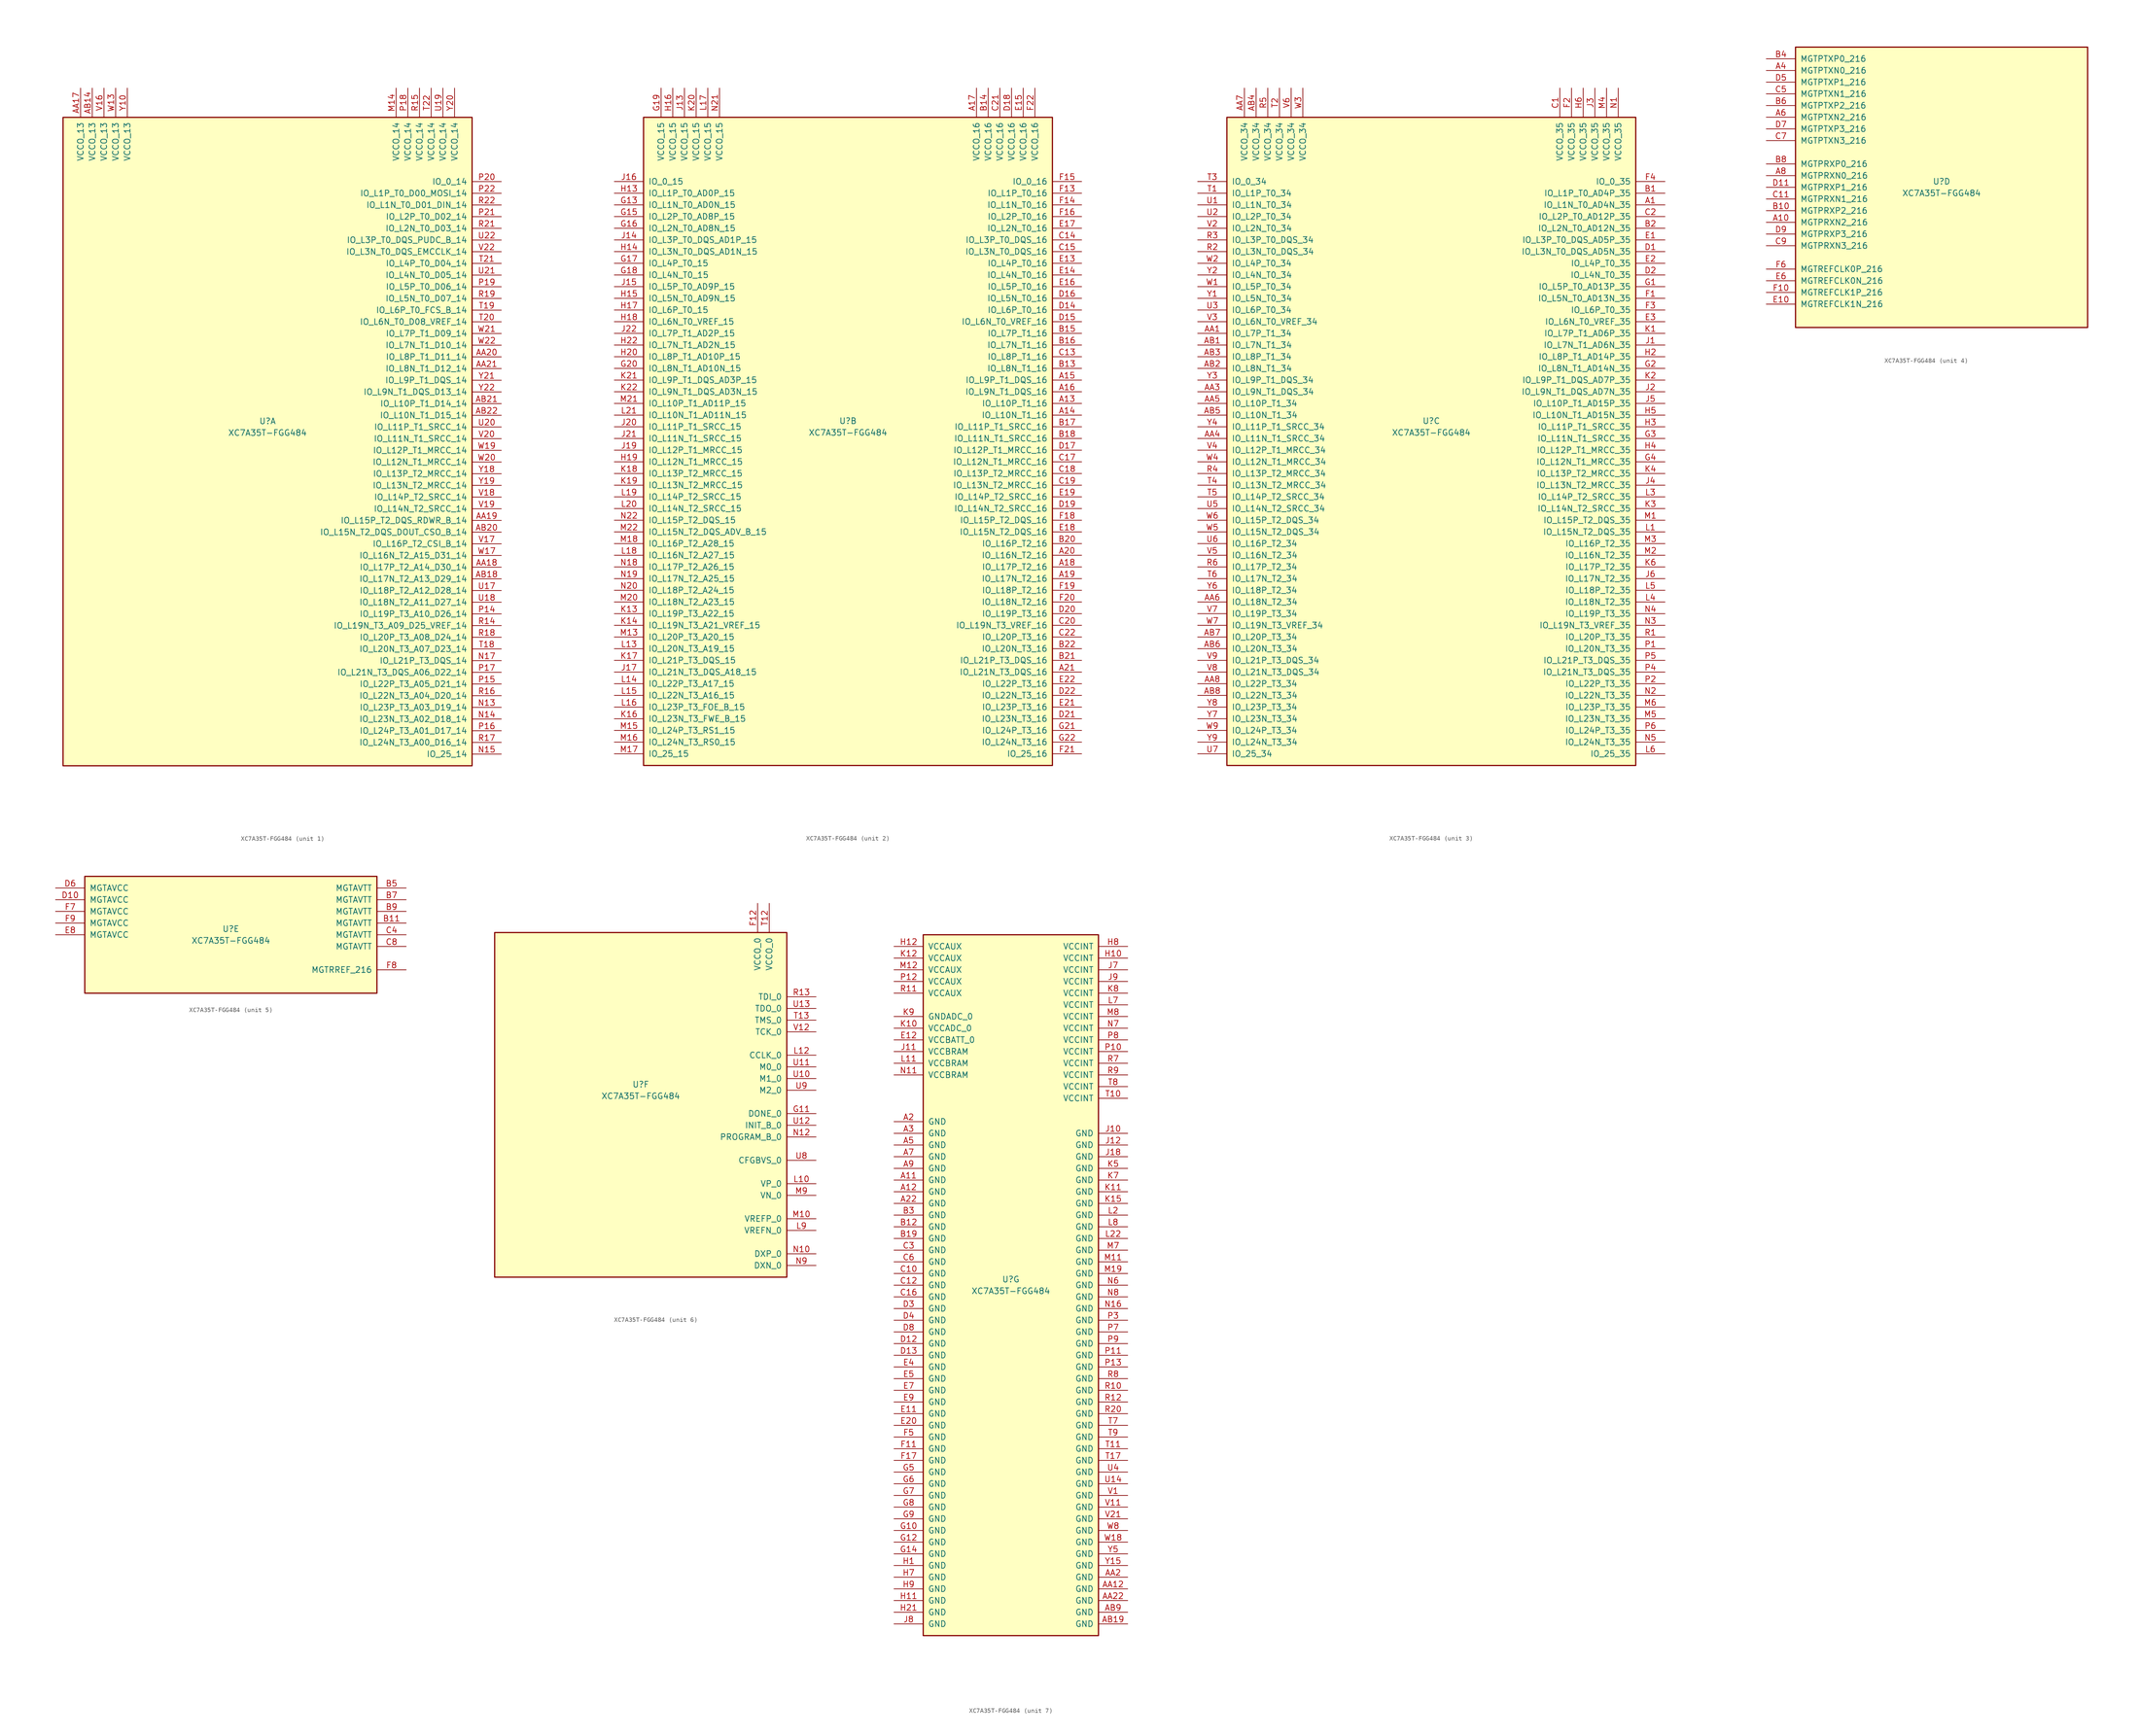
<source format=kicad_sym>
(kicad_symbol_lib
  (version 20201005)
  (generator kicad_symbol_editor)
  (symbol "XC7A35T-FGG484"
    (pin_names
      (offset 1.016))
    (property "Reference" "U"
      (at 0 1.27 0)
      (effects (font (size 1.27 1.27))))
    (property "Value" "XC7A35T-FGG484"
      (at 0 -1.27 0)
      (effects (font (size 1.27 1.27))))
    (property "Datasheet" ""
      (at 0 0 0)
      (effects (font (size 1.27 1.27))))
    (property "ki_locked" ""
      (at 0 0 0)
      (effects (font (size 1.27 1.27))))
    (symbol "XC7A35T-FGG484_1_1"
      (rectangle (start -44.45 67.31) (end 44.45 -73.66) (stroke (width 0.254)) (fill (type background)))
      (pin power_in line (at -40.64 73.66 270) (length 6.35) (name "VCCO_13" (effects (font (size 1.27 1.27)))) (number "AA17" (effects (font (size 1.27 1.27)))))
      (pin power_in line (at -38.1 73.66 270) (length 6.35) (name "VCCO_13" (effects (font (size 1.27 1.27)))) (number "AB14" (effects (font (size 1.27 1.27)))))
      (pin power_in line (at -35.56 73.66 270) (length 6.35) (name "VCCO_13" (effects (font (size 1.27 1.27)))) (number "V16" (effects (font (size 1.27 1.27)))))
      (pin power_in line (at -33.02 73.66 270) (length 6.35) (name "VCCO_13" (effects (font (size 1.27 1.27)))) (number "W13" (effects (font (size 1.27 1.27)))))
      (pin power_in line (at -30.48 73.66 270) (length 6.35) (name "VCCO_13" (effects (font (size 1.27 1.27)))) (number "Y10" (effects (font (size 1.27 1.27)))))
      (pin power_in line (at 27.94 73.66 270) (length 6.35) (name "VCCO_14" (effects (font (size 1.27 1.27)))) (number "M14" (effects (font (size 1.27 1.27)))))
      (pin power_in line (at 30.48 73.66 270) (length 6.35) (name "VCCO_14" (effects (font (size 1.27 1.27)))) (number "P18" (effects (font (size 1.27 1.27)))))
      (pin power_in line (at 33.02 73.66 270) (length 6.35) (name "VCCO_14" (effects (font (size 1.27 1.27)))) (number "R15" (effects (font (size 1.27 1.27)))))
      (pin power_in line (at 35.56 73.66 270) (length 6.35) (name "VCCO_14" (effects (font (size 1.27 1.27)))) (number "T22" (effects (font (size 1.27 1.27)))))
      (pin power_in line (at 38.1 73.66 270) (length 6.35) (name "VCCO_14" (effects (font (size 1.27 1.27)))) (number "U19" (effects (font (size 1.27 1.27)))))
      (pin power_in line (at 40.64 73.66 270) (length 6.35) (name "VCCO_14" (effects (font (size 1.27 1.27)))) (number "Y20" (effects (font (size 1.27 1.27)))))
      (pin bidirectional line (at 50.8 53.34 180) (length 6.35) (name "IO_0_14" (effects (font (size 1.27 1.27)))) (number "P20" (effects (font (size 1.27 1.27)))))
      (pin bidirectional line (at 50.8 50.8 180) (length 6.35) (name "IO_L1P_T0_D00_MOSI_14" (effects (font (size 1.27 1.27)))) (number "P22" (effects (font (size 1.27 1.27)))))
      (pin bidirectional line (at 50.8 48.26 180) (length 6.35) (name "IO_L1N_T0_D01_DIN_14" (effects (font (size 1.27 1.27)))) (number "R22" (effects (font (size 1.27 1.27)))))
      (pin bidirectional line (at 50.8 45.72 180) (length 6.35) (name "IO_L2P_T0_D02_14" (effects (font (size 1.27 1.27)))) (number "P21" (effects (font (size 1.27 1.27)))))
      (pin bidirectional line (at 50.8 43.18 180) (length 6.35) (name "IO_L2N_T0_D03_14" (effects (font (size 1.27 1.27)))) (number "R21" (effects (font (size 1.27 1.27)))))
      (pin bidirectional line (at 50.8 40.64 180) (length 6.35) (name "IO_L3P_T0_DQS_PUDC_B_14" (effects (font (size 1.27 1.27)))) (number "U22" (effects (font (size 1.27 1.27)))))
      (pin bidirectional line (at 50.8 38.1 180) (length 6.35) (name "IO_L3N_T0_DQS_EMCCLK_14" (effects (font (size 1.27 1.27)))) (number "V22" (effects (font (size 1.27 1.27)))))
      (pin bidirectional line (at 50.8 35.56 180) (length 6.35) (name "IO_L4P_T0_D04_14" (effects (font (size 1.27 1.27)))) (number "T21" (effects (font (size 1.27 1.27)))))
      (pin bidirectional line (at 50.8 33.02 180) (length 6.35) (name "IO_L4N_T0_D05_14" (effects (font (size 1.27 1.27)))) (number "U21" (effects (font (size 1.27 1.27)))))
      (pin bidirectional line (at 50.8 30.48 180) (length 6.35) (name "IO_L5P_T0_D06_14" (effects (font (size 1.27 1.27)))) (number "P19" (effects (font (size 1.27 1.27)))))
      (pin bidirectional line (at 50.8 27.94 180) (length 6.35) (name "IO_L5N_T0_D07_14" (effects (font (size 1.27 1.27)))) (number "R19" (effects (font (size 1.27 1.27)))))
      (pin bidirectional line (at 50.8 25.4 180) (length 6.35) (name "IO_L6P_T0_FCS_B_14" (effects (font (size 1.27 1.27)))) (number "T19" (effects (font (size 1.27 1.27)))))
      (pin bidirectional line (at 50.8 22.86 180) (length 6.35) (name "IO_L6N_T0_D08_VREF_14" (effects (font (size 1.27 1.27)))) (number "T20" (effects (font (size 1.27 1.27)))))
      (pin bidirectional line (at 50.8 20.32 180) (length 6.35) (name "IO_L7P_T1_D09_14" (effects (font (size 1.27 1.27)))) (number "W21" (effects (font (size 1.27 1.27)))))
      (pin bidirectional line (at 50.8 17.78 180) (length 6.35) (name "IO_L7N_T1_D10_14" (effects (font (size 1.27 1.27)))) (number "W22" (effects (font (size 1.27 1.27)))))
      (pin bidirectional line (at 50.8 15.24 180) (length 6.35) (name "IO_L8P_T1_D11_14" (effects (font (size 1.27 1.27)))) (number "AA20" (effects (font (size 1.27 1.27)))))
      (pin bidirectional line (at 50.8 12.7 180) (length 6.35) (name "IO_L8N_T1_D12_14" (effects (font (size 1.27 1.27)))) (number "AA21" (effects (font (size 1.27 1.27)))))
      (pin bidirectional line (at 50.8 10.16 180) (length 6.35) (name "IO_L9P_T1_DQS_14" (effects (font (size 1.27 1.27)))) (number "Y21" (effects (font (size 1.27 1.27)))))
      (pin bidirectional line (at 50.8 7.62 180) (length 6.35) (name "IO_L9N_T1_DQS_D13_14" (effects (font (size 1.27 1.27)))) (number "Y22" (effects (font (size 1.27 1.27)))))
      (pin bidirectional line (at 50.8 5.08 180) (length 6.35) (name "IO_L10P_T1_D14_14" (effects (font (size 1.27 1.27)))) (number "AB21" (effects (font (size 1.27 1.27)))))
      (pin bidirectional line (at 50.8 2.54 180) (length 6.35) (name "IO_L10N_T1_D15_14" (effects (font (size 1.27 1.27)))) (number "AB22" (effects (font (size 1.27 1.27)))))
      (pin bidirectional line (at 50.8 0 180) (length 6.35) (name "IO_L11P_T1_SRCC_14" (effects (font (size 1.27 1.27)))) (number "U20" (effects (font (size 1.27 1.27)))))
      (pin bidirectional line (at 50.8 -2.54 180) (length 6.35) (name "IO_L11N_T1_SRCC_14" (effects (font (size 1.27 1.27)))) (number "V20" (effects (font (size 1.27 1.27)))))
      (pin bidirectional line (at 50.8 -5.08 180) (length 6.35) (name "IO_L12P_T1_MRCC_14" (effects (font (size 1.27 1.27)))) (number "W19" (effects (font (size 1.27 1.27)))))
      (pin bidirectional line (at 50.8 -7.62 180) (length 6.35) (name "IO_L12N_T1_MRCC_14" (effects (font (size 1.27 1.27)))) (number "W20" (effects (font (size 1.27 1.27)))))
      (pin bidirectional line (at 50.8 -10.16 180) (length 6.35) (name "IO_L13P_T2_MRCC_14" (effects (font (size 1.27 1.27)))) (number "Y18" (effects (font (size 1.27 1.27)))))
      (pin bidirectional line (at 50.8 -12.7 180) (length 6.35) (name "IO_L13N_T2_MRCC_14" (effects (font (size 1.27 1.27)))) (number "Y19" (effects (font (size 1.27 1.27)))))
      (pin bidirectional line (at 50.8 -15.24 180) (length 6.35) (name "IO_L14P_T2_SRCC_14" (effects (font (size 1.27 1.27)))) (number "V18" (effects (font (size 1.27 1.27)))))
      (pin bidirectional line (at 50.8 -17.78 180) (length 6.35) (name "IO_L14N_T2_SRCC_14" (effects (font (size 1.27 1.27)))) (number "V19" (effects (font (size 1.27 1.27)))))
      (pin bidirectional line (at 50.8 -20.32 180) (length 6.35) (name "IO_L15P_T2_DQS_RDWR_B_14" (effects (font (size 1.27 1.27)))) (number "AA19" (effects (font (size 1.27 1.27)))))
      (pin bidirectional line (at 50.8 -22.86 180) (length 6.35) (name "IO_L15N_T2_DQS_DOUT_CSO_B_14" (effects (font (size 1.27 1.27)))) (number "AB20" (effects (font (size 1.27 1.27)))))
      (pin bidirectional line (at 50.8 -25.4 180) (length 6.35) (name "IO_L16P_T2_CSI_B_14" (effects (font (size 1.27 1.27)))) (number "V17" (effects (font (size 1.27 1.27)))))
      (pin bidirectional line (at 50.8 -27.94 180) (length 6.35) (name "IO_L16N_T2_A15_D31_14" (effects (font (size 1.27 1.27)))) (number "W17" (effects (font (size 1.27 1.27)))))
      (pin bidirectional line (at 50.8 -30.48 180) (length 6.35) (name "IO_L17P_T2_A14_D30_14" (effects (font (size 1.27 1.27)))) (number "AA18" (effects (font (size 1.27 1.27)))))
      (pin bidirectional line (at 50.8 -33.02 180) (length 6.35) (name "IO_L17N_T2_A13_D29_14" (effects (font (size 1.27 1.27)))) (number "AB18" (effects (font (size 1.27 1.27)))))
      (pin bidirectional line (at 50.8 -35.56 180) (length 6.35) (name "IO_L18P_T2_A12_D28_14" (effects (font (size 1.27 1.27)))) (number "U17" (effects (font (size 1.27 1.27)))))
      (pin bidirectional line (at 50.8 -38.1 180) (length 6.35) (name "IO_L18N_T2_A11_D27_14" (effects (font (size 1.27 1.27)))) (number "U18" (effects (font (size 1.27 1.27)))))
      (pin bidirectional line (at 50.8 -40.64 180) (length 6.35) (name "IO_L19P_T3_A10_D26_14" (effects (font (size 1.27 1.27)))) (number "P14" (effects (font (size 1.27 1.27)))))
      (pin bidirectional line (at 50.8 -43.18 180) (length 6.35) (name "IO_L19N_T3_A09_D25_VREF_14" (effects (font (size 1.27 1.27)))) (number "R14" (effects (font (size 1.27 1.27)))))
      (pin bidirectional line (at 50.8 -45.72 180) (length 6.35) (name "IO_L20P_T3_A08_D24_14" (effects (font (size 1.27 1.27)))) (number "R18" (effects (font (size 1.27 1.27)))))
      (pin bidirectional line (at 50.8 -48.26 180) (length 6.35) (name "IO_L20N_T3_A07_D23_14" (effects (font (size 1.27 1.27)))) (number "T18" (effects (font (size 1.27 1.27)))))
      (pin bidirectional line (at 50.8 -50.8 180) (length 6.35) (name "IO_L21P_T3_DQS_14" (effects (font (size 1.27 1.27)))) (number "N17" (effects (font (size 1.27 1.27)))))
      (pin bidirectional line (at 50.8 -53.34 180) (length 6.35) (name "IO_L21N_T3_DQS_A06_D22_14" (effects (font (size 1.27 1.27)))) (number "P17" (effects (font (size 1.27 1.27)))))
      (pin bidirectional line (at 50.8 -55.88 180) (length 6.35) (name "IO_L22P_T3_A05_D21_14" (effects (font (size 1.27 1.27)))) (number "P15" (effects (font (size 1.27 1.27)))))
      (pin bidirectional line (at 50.8 -58.42 180) (length 6.35) (name "IO_L22N_T3_A04_D20_14" (effects (font (size 1.27 1.27)))) (number "R16" (effects (font (size 1.27 1.27)))))
      (pin bidirectional line (at 50.8 -60.96 180) (length 6.35) (name "IO_L23P_T3_A03_D19_14" (effects (font (size 1.27 1.27)))) (number "N13" (effects (font (size 1.27 1.27)))))
      (pin bidirectional line (at 50.8 -63.5 180) (length 6.35) (name "IO_L23N_T3_A02_D18_14" (effects (font (size 1.27 1.27)))) (number "N14" (effects (font (size 1.27 1.27)))))
      (pin bidirectional line (at 50.8 -66.04 180) (length 6.35) (name "IO_L24P_T3_A01_D17_14" (effects (font (size 1.27 1.27)))) (number "P16" (effects (font (size 1.27 1.27)))))
      (pin bidirectional line (at 50.8 -68.58 180) (length 6.35) (name "IO_L24N_T3_A00_D16_14" (effects (font (size 1.27 1.27)))) (number "R17" (effects (font (size 1.27 1.27)))))
      (pin bidirectional line (at 50.8 -71.12 180) (length 6.35) (name "IO_25_14" (effects (font (size 1.27 1.27)))) (number "N15" (effects (font (size 1.27 1.27))))))
    (symbol "XC7A35T-FGG484_2_1"
      (rectangle (start -44.45 67.31) (end 44.45 -73.66) (stroke (width 0.254)) (fill (type background)))
      (pin power_in line (at -40.64 73.66 270) (length 6.35) (name "VCCO_15" (effects (font (size 1.27 1.27)))) (number "G19" (effects (font (size 1.27 1.27)))))
      (pin power_in line (at -38.1 73.66 270) (length 6.35) (name "VCCO_15" (effects (font (size 1.27 1.27)))) (number "H16" (effects (font (size 1.27 1.27)))))
      (pin power_in line (at -35.56 73.66 270) (length 6.35) (name "VCCO_15" (effects (font (size 1.27 1.27)))) (number "J13" (effects (font (size 1.27 1.27)))))
      (pin power_in line (at -33.02 73.66 270) (length 6.35) (name "VCCO_15" (effects (font (size 1.27 1.27)))) (number "K20" (effects (font (size 1.27 1.27)))))
      (pin power_in line (at -30.48 73.66 270) (length 6.35) (name "VCCO_15" (effects (font (size 1.27 1.27)))) (number "L17" (effects (font (size 1.27 1.27)))))
      (pin power_in line (at -27.94 73.66 270) (length 6.35) (name "VCCO_15" (effects (font (size 1.27 1.27)))) (number "N21" (effects (font (size 1.27 1.27)))))
      (pin bidirectional line (at -50.8 53.34 0) (length 6.35) (name "IO_0_15" (effects (font (size 1.27 1.27)))) (number "J16" (effects (font (size 1.27 1.27)))))
      (pin bidirectional line (at -50.8 50.8 0) (length 6.35) (name "IO_L1P_T0_AD0P_15" (effects (font (size 1.27 1.27)))) (number "H13" (effects (font (size 1.27 1.27)))))
      (pin bidirectional line (at -50.8 48.26 0) (length 6.35) (name "IO_L1N_T0_AD0N_15" (effects (font (size 1.27 1.27)))) (number "G13" (effects (font (size 1.27 1.27)))))
      (pin bidirectional line (at -50.8 45.72 0) (length 6.35) (name "IO_L2P_T0_AD8P_15" (effects (font (size 1.27 1.27)))) (number "G15" (effects (font (size 1.27 1.27)))))
      (pin bidirectional line (at -50.8 43.18 0) (length 6.35) (name "IO_L2N_T0_AD8N_15" (effects (font (size 1.27 1.27)))) (number "G16" (effects (font (size 1.27 1.27)))))
      (pin bidirectional line (at -50.8 40.64 0) (length 6.35) (name "IO_L3P_T0_DQS_AD1P_15" (effects (font (size 1.27 1.27)))) (number "J14" (effects (font (size 1.27 1.27)))))
      (pin bidirectional line (at -50.8 38.1 0) (length 6.35) (name "IO_L3N_T0_DQS_AD1N_15" (effects (font (size 1.27 1.27)))) (number "H14" (effects (font (size 1.27 1.27)))))
      (pin bidirectional line (at -50.8 35.56 0) (length 6.35) (name "IO_L4P_T0_15" (effects (font (size 1.27 1.27)))) (number "G17" (effects (font (size 1.27 1.27)))))
      (pin bidirectional line (at -50.8 33.02 0) (length 6.35) (name "IO_L4N_T0_15" (effects (font (size 1.27 1.27)))) (number "G18" (effects (font (size 1.27 1.27)))))
      (pin bidirectional line (at -50.8 30.48 0) (length 6.35) (name "IO_L5P_T0_AD9P_15" (effects (font (size 1.27 1.27)))) (number "J15" (effects (font (size 1.27 1.27)))))
      (pin bidirectional line (at -50.8 27.94 0) (length 6.35) (name "IO_L5N_T0_AD9N_15" (effects (font (size 1.27 1.27)))) (number "H15" (effects (font (size 1.27 1.27)))))
      (pin bidirectional line (at -50.8 25.4 0) (length 6.35) (name "IO_L6P_T0_15" (effects (font (size 1.27 1.27)))) (number "H17" (effects (font (size 1.27 1.27)))))
      (pin bidirectional line (at -50.8 22.86 0) (length 6.35) (name "IO_L6N_T0_VREF_15" (effects (font (size 1.27 1.27)))) (number "H18" (effects (font (size 1.27 1.27)))))
      (pin bidirectional line (at -50.8 20.32 0) (length 6.35) (name "IO_L7P_T1_AD2P_15" (effects (font (size 1.27 1.27)))) (number "J22" (effects (font (size 1.27 1.27)))))
      (pin bidirectional line (at -50.8 17.78 0) (length 6.35) (name "IO_L7N_T1_AD2N_15" (effects (font (size 1.27 1.27)))) (number "H22" (effects (font (size 1.27 1.27)))))
      (pin bidirectional line (at -50.8 15.24 0) (length 6.35) (name "IO_L8P_T1_AD10P_15" (effects (font (size 1.27 1.27)))) (number "H20" (effects (font (size 1.27 1.27)))))
      (pin bidirectional line (at -50.8 12.7 0) (length 6.35) (name "IO_L8N_T1_AD10N_15" (effects (font (size 1.27 1.27)))) (number "G20" (effects (font (size 1.27 1.27)))))
      (pin bidirectional line (at -50.8 10.16 0) (length 6.35) (name "IO_L9P_T1_DQS_AD3P_15" (effects (font (size 1.27 1.27)))) (number "K21" (effects (font (size 1.27 1.27)))))
      (pin bidirectional line (at -50.8 7.62 0) (length 6.35) (name "IO_L9N_T1_DQS_AD3N_15" (effects (font (size 1.27 1.27)))) (number "K22" (effects (font (size 1.27 1.27)))))
      (pin bidirectional line (at -50.8 5.08 0) (length 6.35) (name "IO_L10P_T1_AD11P_15" (effects (font (size 1.27 1.27)))) (number "M21" (effects (font (size 1.27 1.27)))))
      (pin bidirectional line (at -50.8 2.54 0) (length 6.35) (name "IO_L10N_T1_AD11N_15" (effects (font (size 1.27 1.27)))) (number "L21" (effects (font (size 1.27 1.27)))))
      (pin bidirectional line (at -50.8 0 0) (length 6.35) (name "IO_L11P_T1_SRCC_15" (effects (font (size 1.27 1.27)))) (number "J20" (effects (font (size 1.27 1.27)))))
      (pin bidirectional line (at -50.8 -2.54 0) (length 6.35) (name "IO_L11N_T1_SRCC_15" (effects (font (size 1.27 1.27)))) (number "J21" (effects (font (size 1.27 1.27)))))
      (pin bidirectional line (at -50.8 -5.08 0) (length 6.35) (name "IO_L12P_T1_MRCC_15" (effects (font (size 1.27 1.27)))) (number "J19" (effects (font (size 1.27 1.27)))))
      (pin bidirectional line (at -50.8 -7.62 0) (length 6.35) (name "IO_L12N_T1_MRCC_15" (effects (font (size 1.27 1.27)))) (number "H19" (effects (font (size 1.27 1.27)))))
      (pin bidirectional line (at -50.8 -10.16 0) (length 6.35) (name "IO_L13P_T2_MRCC_15" (effects (font (size 1.27 1.27)))) (number "K18" (effects (font (size 1.27 1.27)))))
      (pin bidirectional line (at -50.8 -12.7 0) (length 6.35) (name "IO_L13N_T2_MRCC_15" (effects (font (size 1.27 1.27)))) (number "K19" (effects (font (size 1.27 1.27)))))
      (pin bidirectional line (at -50.8 -15.24 0) (length 6.35) (name "IO_L14P_T2_SRCC_15" (effects (font (size 1.27 1.27)))) (number "L19" (effects (font (size 1.27 1.27)))))
      (pin bidirectional line (at -50.8 -17.78 0) (length 6.35) (name "IO_L14N_T2_SRCC_15" (effects (font (size 1.27 1.27)))) (number "L20" (effects (font (size 1.27 1.27)))))
      (pin bidirectional line (at -50.8 -20.32 0) (length 6.35) (name "IO_L15P_T2_DQS_15" (effects (font (size 1.27 1.27)))) (number "N22" (effects (font (size 1.27 1.27)))))
      (pin bidirectional line (at -50.8 -22.86 0) (length 6.35) (name "IO_L15N_T2_DQS_ADV_B_15" (effects (font (size 1.27 1.27)))) (number "M22" (effects (font (size 1.27 1.27)))))
      (pin bidirectional line (at -50.8 -25.4 0) (length 6.35) (name "IO_L16P_T2_A28_15" (effects (font (size 1.27 1.27)))) (number "M18" (effects (font (size 1.27 1.27)))))
      (pin bidirectional line (at -50.8 -27.94 0) (length 6.35) (name "IO_L16N_T2_A27_15" (effects (font (size 1.27 1.27)))) (number "L18" (effects (font (size 1.27 1.27)))))
      (pin bidirectional line (at -50.8 -30.48 0) (length 6.35) (name "IO_L17P_T2_A26_15" (effects (font (size 1.27 1.27)))) (number "N18" (effects (font (size 1.27 1.27)))))
      (pin bidirectional line (at -50.8 -33.02 0) (length 6.35) (name "IO_L17N_T2_A25_15" (effects (font (size 1.27 1.27)))) (number "N19" (effects (font (size 1.27 1.27)))))
      (pin bidirectional line (at -50.8 -35.56 0) (length 6.35) (name "IO_L18P_T2_A24_15" (effects (font (size 1.27 1.27)))) (number "N20" (effects (font (size 1.27 1.27)))))
      (pin bidirectional line (at -50.8 -38.1 0) (length 6.35) (name "IO_L18N_T2_A23_15" (effects (font (size 1.27 1.27)))) (number "M20" (effects (font (size 1.27 1.27)))))
      (pin bidirectional line (at -50.8 -40.64 0) (length 6.35) (name "IO_L19P_T3_A22_15" (effects (font (size 1.27 1.27)))) (number "K13" (effects (font (size 1.27 1.27)))))
      (pin bidirectional line (at -50.8 -43.18 0) (length 6.35) (name "IO_L19N_T3_A21_VREF_15" (effects (font (size 1.27 1.27)))) (number "K14" (effects (font (size 1.27 1.27)))))
      (pin bidirectional line (at -50.8 -45.72 0) (length 6.35) (name "IO_L20P_T3_A20_15" (effects (font (size 1.27 1.27)))) (number "M13" (effects (font (size 1.27 1.27)))))
      (pin bidirectional line (at -50.8 -48.26 0) (length 6.35) (name "IO_L20N_T3_A19_15" (effects (font (size 1.27 1.27)))) (number "L13" (effects (font (size 1.27 1.27)))))
      (pin bidirectional line (at -50.8 -50.8 0) (length 6.35) (name "IO_L21P_T3_DQS_15" (effects (font (size 1.27 1.27)))) (number "K17" (effects (font (size 1.27 1.27)))))
      (pin bidirectional line (at -50.8 -53.34 0) (length 6.35) (name "IO_L21N_T3_DQS_A18_15" (effects (font (size 1.27 1.27)))) (number "J17" (effects (font (size 1.27 1.27)))))
      (pin bidirectional line (at -50.8 -55.88 0) (length 6.35) (name "IO_L22P_T3_A17_15" (effects (font (size 1.27 1.27)))) (number "L14" (effects (font (size 1.27 1.27)))))
      (pin bidirectional line (at -50.8 -58.42 0) (length 6.35) (name "IO_L22N_T3_A16_15" (effects (font (size 1.27 1.27)))) (number "L15" (effects (font (size 1.27 1.27)))))
      (pin bidirectional line (at -50.8 -60.96 0) (length 6.35) (name "IO_L23P_T3_FOE_B_15" (effects (font (size 1.27 1.27)))) (number "L16" (effects (font (size 1.27 1.27)))))
      (pin bidirectional line (at -50.8 -63.5 0) (length 6.35) (name "IO_L23N_T3_FWE_B_15" (effects (font (size 1.27 1.27)))) (number "K16" (effects (font (size 1.27 1.27)))))
      (pin bidirectional line (at -50.8 -66.04 0) (length 6.35) (name "IO_L24P_T3_RS1_15" (effects (font (size 1.27 1.27)))) (number "M15" (effects (font (size 1.27 1.27)))))
      (pin bidirectional line (at -50.8 -68.58 0) (length 6.35) (name "IO_L24N_T3_RS0_15" (effects (font (size 1.27 1.27)))) (number "M16" (effects (font (size 1.27 1.27)))))
      (pin bidirectional line (at -50.8 -71.12 0) (length 6.35) (name "IO_25_15" (effects (font (size 1.27 1.27)))) (number "M17" (effects (font (size 1.27 1.27)))))
      (pin power_in line (at 27.94 73.66 270) (length 6.35) (name "VCCO_16" (effects (font (size 1.27 1.27)))) (number "A17" (effects (font (size 1.27 1.27)))))
      (pin power_in line (at 30.48 73.66 270) (length 6.35) (name "VCCO_16" (effects (font (size 1.27 1.27)))) (number "B14" (effects (font (size 1.27 1.27)))))
      (pin power_in line (at 33.02 73.66 270) (length 6.35) (name "VCCO_16" (effects (font (size 1.27 1.27)))) (number "C21" (effects (font (size 1.27 1.27)))))
      (pin power_in line (at 35.56 73.66 270) (length 6.35) (name "VCCO_16" (effects (font (size 1.27 1.27)))) (number "D18" (effects (font (size 1.27 1.27)))))
      (pin power_in line (at 38.1 73.66 270) (length 6.35) (name "VCCO_16" (effects (font (size 1.27 1.27)))) (number "E15" (effects (font (size 1.27 1.27)))))
      (pin power_in line (at 40.64 73.66 270) (length 6.35) (name "VCCO_16" (effects (font (size 1.27 1.27)))) (number "F22" (effects (font (size 1.27 1.27)))))
      (pin bidirectional line (at 50.8 53.34 180) (length 6.35) (name "IO_0_16" (effects (font (size 1.27 1.27)))) (number "F15" (effects (font (size 1.27 1.27)))))
      (pin bidirectional line (at 50.8 50.8 180) (length 6.35) (name "IO_L1P_T0_16" (effects (font (size 1.27 1.27)))) (number "F13" (effects (font (size 1.27 1.27)))))
      (pin bidirectional line (at 50.8 48.26 180) (length 6.35) (name "IO_L1N_T0_16" (effects (font (size 1.27 1.27)))) (number "F14" (effects (font (size 1.27 1.27)))))
      (pin bidirectional line (at 50.8 45.72 180) (length 6.35) (name "IO_L2P_T0_16" (effects (font (size 1.27 1.27)))) (number "F16" (effects (font (size 1.27 1.27)))))
      (pin bidirectional line (at 50.8 43.18 180) (length 6.35) (name "IO_L2N_T0_16" (effects (font (size 1.27 1.27)))) (number "E17" (effects (font (size 1.27 1.27)))))
      (pin bidirectional line (at 50.8 40.64 180) (length 6.35) (name "IO_L3P_T0_DQS_16" (effects (font (size 1.27 1.27)))) (number "C14" (effects (font (size 1.27 1.27)))))
      (pin bidirectional line (at 50.8 38.1 180) (length 6.35) (name "IO_L3N_T0_DQS_16" (effects (font (size 1.27 1.27)))) (number "C15" (effects (font (size 1.27 1.27)))))
      (pin bidirectional line (at 50.8 35.56 180) (length 6.35) (name "IO_L4P_T0_16" (effects (font (size 1.27 1.27)))) (number "E13" (effects (font (size 1.27 1.27)))))
      (pin bidirectional line (at 50.8 33.02 180) (length 6.35) (name "IO_L4N_T0_16" (effects (font (size 1.27 1.27)))) (number "E14" (effects (font (size 1.27 1.27)))))
      (pin bidirectional line (at 50.8 30.48 180) (length 6.35) (name "IO_L5P_T0_16" (effects (font (size 1.27 1.27)))) (number "E16" (effects (font (size 1.27 1.27)))))
      (pin bidirectional line (at 50.8 27.94 180) (length 6.35) (name "IO_L5N_T0_16" (effects (font (size 1.27 1.27)))) (number "D16" (effects (font (size 1.27 1.27)))))
      (pin bidirectional line (at 50.8 25.4 180) (length 6.35) (name "IO_L6P_T0_16" (effects (font (size 1.27 1.27)))) (number "D14" (effects (font (size 1.27 1.27)))))
      (pin bidirectional line (at 50.8 22.86 180) (length 6.35) (name "IO_L6N_T0_VREF_16" (effects (font (size 1.27 1.27)))) (number "D15" (effects (font (size 1.27 1.27)))))
      (pin bidirectional line (at 50.8 20.32 180) (length 6.35) (name "IO_L7P_T1_16" (effects (font (size 1.27 1.27)))) (number "B15" (effects (font (size 1.27 1.27)))))
      (pin bidirectional line (at 50.8 17.78 180) (length 6.35) (name "IO_L7N_T1_16" (effects (font (size 1.27 1.27)))) (number "B16" (effects (font (size 1.27 1.27)))))
      (pin bidirectional line (at 50.8 15.24 180) (length 6.35) (name "IO_L8P_T1_16" (effects (font (size 1.27 1.27)))) (number "C13" (effects (font (size 1.27 1.27)))))
      (pin bidirectional line (at 50.8 12.7 180) (length 6.35) (name "IO_L8N_T1_16" (effects (font (size 1.27 1.27)))) (number "B13" (effects (font (size 1.27 1.27)))))
      (pin bidirectional line (at 50.8 10.16 180) (length 6.35) (name "IO_L9P_T1_DQS_16" (effects (font (size 1.27 1.27)))) (number "A15" (effects (font (size 1.27 1.27)))))
      (pin bidirectional line (at 50.8 7.62 180) (length 6.35) (name "IO_L9N_T1_DQS_16" (effects (font (size 1.27 1.27)))) (number "A16" (effects (font (size 1.27 1.27)))))
      (pin bidirectional line (at 50.8 5.08 180) (length 6.35) (name "IO_L10P_T1_16" (effects (font (size 1.27 1.27)))) (number "A13" (effects (font (size 1.27 1.27)))))
      (pin bidirectional line (at 50.8 2.54 180) (length 6.35) (name "IO_L10N_T1_16" (effects (font (size 1.27 1.27)))) (number "A14" (effects (font (size 1.27 1.27)))))
      (pin bidirectional line (at 50.8 0 180) (length 6.35) (name "IO_L11P_T1_SRCC_16" (effects (font (size 1.27 1.27)))) (number "B17" (effects (font (size 1.27 1.27)))))
      (pin bidirectional line (at 50.8 -2.54 180) (length 6.35) (name "IO_L11N_T1_SRCC_16" (effects (font (size 1.27 1.27)))) (number "B18" (effects (font (size 1.27 1.27)))))
      (pin bidirectional line (at 50.8 -5.08 180) (length 6.35) (name "IO_L12P_T1_MRCC_16" (effects (font (size 1.27 1.27)))) (number "D17" (effects (font (size 1.27 1.27)))))
      (pin bidirectional line (at 50.8 -7.62 180) (length 6.35) (name "IO_L12N_T1_MRCC_16" (effects (font (size 1.27 1.27)))) (number "C17" (effects (font (size 1.27 1.27)))))
      (pin bidirectional line (at 50.8 -10.16 180) (length 6.35) (name "IO_L13P_T2_MRCC_16" (effects (font (size 1.27 1.27)))) (number "C18" (effects (font (size 1.27 1.27)))))
      (pin bidirectional line (at 50.8 -12.7 180) (length 6.35) (name "IO_L13N_T2_MRCC_16" (effects (font (size 1.27 1.27)))) (number "C19" (effects (font (size 1.27 1.27)))))
      (pin bidirectional line (at 50.8 -15.24 180) (length 6.35) (name "IO_L14P_T2_SRCC_16" (effects (font (size 1.27 1.27)))) (number "E19" (effects (font (size 1.27 1.27)))))
      (pin bidirectional line (at 50.8 -17.78 180) (length 6.35) (name "IO_L14N_T2_SRCC_16" (effects (font (size 1.27 1.27)))) (number "D19" (effects (font (size 1.27 1.27)))))
      (pin bidirectional line (at 50.8 -20.32 180) (length 6.35) (name "IO_L15P_T2_DQS_16" (effects (font (size 1.27 1.27)))) (number "F18" (effects (font (size 1.27 1.27)))))
      (pin bidirectional line (at 50.8 -22.86 180) (length 6.35) (name "IO_L15N_T2_DQS_16" (effects (font (size 1.27 1.27)))) (number "E18" (effects (font (size 1.27 1.27)))))
      (pin bidirectional line (at 50.8 -25.4 180) (length 6.35) (name "IO_L16P_T2_16" (effects (font (size 1.27 1.27)))) (number "B20" (effects (font (size 1.27 1.27)))))
      (pin bidirectional line (at 50.8 -27.94 180) (length 6.35) (name "IO_L16N_T2_16" (effects (font (size 1.27 1.27)))) (number "A20" (effects (font (size 1.27 1.27)))))
      (pin bidirectional line (at 50.8 -30.48 180) (length 6.35) (name "IO_L17P_T2_16" (effects (font (size 1.27 1.27)))) (number "A18" (effects (font (size 1.27 1.27)))))
      (pin bidirectional line (at 50.8 -33.02 180) (length 6.35) (name "IO_L17N_T2_16" (effects (font (size 1.27 1.27)))) (number "A19" (effects (font (size 1.27 1.27)))))
      (pin bidirectional line (at 50.8 -35.56 180) (length 6.35) (name "IO_L18P_T2_16" (effects (font (size 1.27 1.27)))) (number "F19" (effects (font (size 1.27 1.27)))))
      (pin bidirectional line (at 50.8 -38.1 180) (length 6.35) (name "IO_L18N_T2_16" (effects (font (size 1.27 1.27)))) (number "F20" (effects (font (size 1.27 1.27)))))
      (pin bidirectional line (at 50.8 -40.64 180) (length 6.35) (name "IO_L19P_T3_16" (effects (font (size 1.27 1.27)))) (number "D20" (effects (font (size 1.27 1.27)))))
      (pin bidirectional line (at 50.8 -43.18 180) (length 6.35) (name "IO_L19N_T3_VREF_16" (effects (font (size 1.27 1.27)))) (number "C20" (effects (font (size 1.27 1.27)))))
      (pin bidirectional line (at 50.8 -45.72 180) (length 6.35) (name "IO_L20P_T3_16" (effects (font (size 1.27 1.27)))) (number "C22" (effects (font (size 1.27 1.27)))))
      (pin bidirectional line (at 50.8 -48.26 180) (length 6.35) (name "IO_L20N_T3_16" (effects (font (size 1.27 1.27)))) (number "B22" (effects (font (size 1.27 1.27)))))
      (pin bidirectional line (at 50.8 -50.8 180) (length 6.35) (name "IO_L21P_T3_DQS_16" (effects (font (size 1.27 1.27)))) (number "B21" (effects (font (size 1.27 1.27)))))
      (pin bidirectional line (at 50.8 -53.34 180) (length 6.35) (name "IO_L21N_T3_DQS_16" (effects (font (size 1.27 1.27)))) (number "A21" (effects (font (size 1.27 1.27)))))
      (pin bidirectional line (at 50.8 -55.88 180) (length 6.35) (name "IO_L22P_T3_16" (effects (font (size 1.27 1.27)))) (number "E22" (effects (font (size 1.27 1.27)))))
      (pin bidirectional line (at 50.8 -58.42 180) (length 6.35) (name "IO_L22N_T3_16" (effects (font (size 1.27 1.27)))) (number "D22" (effects (font (size 1.27 1.27)))))
      (pin bidirectional line (at 50.8 -60.96 180) (length 6.35) (name "IO_L23P_T3_16" (effects (font (size 1.27 1.27)))) (number "E21" (effects (font (size 1.27 1.27)))))
      (pin bidirectional line (at 50.8 -63.5 180) (length 6.35) (name "IO_L23N_T3_16" (effects (font (size 1.27 1.27)))) (number "D21" (effects (font (size 1.27 1.27)))))
      (pin bidirectional line (at 50.8 -66.04 180) (length 6.35) (name "IO_L24P_T3_16" (effects (font (size 1.27 1.27)))) (number "G21" (effects (font (size 1.27 1.27)))))
      (pin bidirectional line (at 50.8 -68.58 180) (length 6.35) (name "IO_L24N_T3_16" (effects (font (size 1.27 1.27)))) (number "G22" (effects (font (size 1.27 1.27)))))
      (pin bidirectional line (at 50.8 -71.12 180) (length 6.35) (name "IO_25_16" (effects (font (size 1.27 1.27)))) (number "F21" (effects (font (size 1.27 1.27))))))
    (symbol "XC7A35T-FGG484_3_1"
      (rectangle (start -44.45 67.31) (end 44.45 -73.66) (stroke (width 0.254)) (fill (type background)))
      (pin power_in line (at -40.64 73.66 270) (length 6.35) (name "VCCO_34" (effects (font (size 1.27 1.27)))) (number "AA7" (effects (font (size 1.27 1.27)))))
      (pin power_in line (at -38.1 73.66 270) (length 6.35) (name "VCCO_34" (effects (font (size 1.27 1.27)))) (number "AB4" (effects (font (size 1.27 1.27)))))
      (pin power_in line (at -35.56 73.66 270) (length 6.35) (name "VCCO_34" (effects (font (size 1.27 1.27)))) (number "R5" (effects (font (size 1.27 1.27)))))
      (pin power_in line (at -33.02 73.66 270) (length 6.35) (name "VCCO_34" (effects (font (size 1.27 1.27)))) (number "T2" (effects (font (size 1.27 1.27)))))
      (pin power_in line (at -30.48 73.66 270) (length 6.35) (name "VCCO_34" (effects (font (size 1.27 1.27)))) (number "V6" (effects (font (size 1.27 1.27)))))
      (pin power_in line (at -27.94 73.66 270) (length 6.35) (name "VCCO_34" (effects (font (size 1.27 1.27)))) (number "W3" (effects (font (size 1.27 1.27)))))
      (pin bidirectional line (at -50.8 53.34 0) (length 6.35) (name "IO_0_34" (effects (font (size 1.27 1.27)))) (number "T3" (effects (font (size 1.27 1.27)))))
      (pin bidirectional line (at -50.8 50.8 0) (length 6.35) (name "IO_L1P_T0_34" (effects (font (size 1.27 1.27)))) (number "T1" (effects (font (size 1.27 1.27)))))
      (pin bidirectional line (at -50.8 48.26 0) (length 6.35) (name "IO_L1N_T0_34" (effects (font (size 1.27 1.27)))) (number "U1" (effects (font (size 1.27 1.27)))))
      (pin bidirectional line (at -50.8 45.72 0) (length 6.35) (name "IO_L2P_T0_34" (effects (font (size 1.27 1.27)))) (number "U2" (effects (font (size 1.27 1.27)))))
      (pin bidirectional line (at -50.8 43.18 0) (length 6.35) (name "IO_L2N_T0_34" (effects (font (size 1.27 1.27)))) (number "V2" (effects (font (size 1.27 1.27)))))
      (pin bidirectional line (at -50.8 40.64 0) (length 6.35) (name "IO_L3P_T0_DQS_34" (effects (font (size 1.27 1.27)))) (number "R3" (effects (font (size 1.27 1.27)))))
      (pin bidirectional line (at -50.8 38.1 0) (length 6.35) (name "IO_L3N_T0_DQS_34" (effects (font (size 1.27 1.27)))) (number "R2" (effects (font (size 1.27 1.27)))))
      (pin bidirectional line (at -50.8 35.56 0) (length 6.35) (name "IO_L4P_T0_34" (effects (font (size 1.27 1.27)))) (number "W2" (effects (font (size 1.27 1.27)))))
      (pin bidirectional line (at -50.8 33.02 0) (length 6.35) (name "IO_L4N_T0_34" (effects (font (size 1.27 1.27)))) (number "Y2" (effects (font (size 1.27 1.27)))))
      (pin bidirectional line (at -50.8 30.48 0) (length 6.35) (name "IO_L5P_T0_34" (effects (font (size 1.27 1.27)))) (number "W1" (effects (font (size 1.27 1.27)))))
      (pin bidirectional line (at -50.8 27.94 0) (length 6.35) (name "IO_L5N_T0_34" (effects (font (size 1.27 1.27)))) (number "Y1" (effects (font (size 1.27 1.27)))))
      (pin bidirectional line (at -50.8 25.4 0) (length 6.35) (name "IO_L6P_T0_34" (effects (font (size 1.27 1.27)))) (number "U3" (effects (font (size 1.27 1.27)))))
      (pin bidirectional line (at -50.8 22.86 0) (length 6.35) (name "IO_L6N_T0_VREF_34" (effects (font (size 1.27 1.27)))) (number "V3" (effects (font (size 1.27 1.27)))))
      (pin bidirectional line (at -50.8 20.32 0) (length 6.35) (name "IO_L7P_T1_34" (effects (font (size 1.27 1.27)))) (number "AA1" (effects (font (size 1.27 1.27)))))
      (pin bidirectional line (at -50.8 17.78 0) (length 6.35) (name "IO_L7N_T1_34" (effects (font (size 1.27 1.27)))) (number "AB1" (effects (font (size 1.27 1.27)))))
      (pin bidirectional line (at -50.8 15.24 0) (length 6.35) (name "IO_L8P_T1_34" (effects (font (size 1.27 1.27)))) (number "AB3" (effects (font (size 1.27 1.27)))))
      (pin bidirectional line (at -50.8 12.7 0) (length 6.35) (name "IO_L8N_T1_34" (effects (font (size 1.27 1.27)))) (number "AB2" (effects (font (size 1.27 1.27)))))
      (pin bidirectional line (at -50.8 10.16 0) (length 6.35) (name "IO_L9P_T1_DQS_34" (effects (font (size 1.27 1.27)))) (number "Y3" (effects (font (size 1.27 1.27)))))
      (pin bidirectional line (at -50.8 7.62 0) (length 6.35) (name "IO_L9N_T1_DQS_34" (effects (font (size 1.27 1.27)))) (number "AA3" (effects (font (size 1.27 1.27)))))
      (pin bidirectional line (at -50.8 5.08 0) (length 6.35) (name "IO_L10P_T1_34" (effects (font (size 1.27 1.27)))) (number "AA5" (effects (font (size 1.27 1.27)))))
      (pin bidirectional line (at -50.8 2.54 0) (length 6.35) (name "IO_L10N_T1_34" (effects (font (size 1.27 1.27)))) (number "AB5" (effects (font (size 1.27 1.27)))))
      (pin bidirectional line (at -50.8 0 0) (length 6.35) (name "IO_L11P_T1_SRCC_34" (effects (font (size 1.27 1.27)))) (number "Y4" (effects (font (size 1.27 1.27)))))
      (pin bidirectional line (at -50.8 -2.54 0) (length 6.35) (name "IO_L11N_T1_SRCC_34" (effects (font (size 1.27 1.27)))) (number "AA4" (effects (font (size 1.27 1.27)))))
      (pin bidirectional line (at -50.8 -5.08 0) (length 6.35) (name "IO_L12P_T1_MRCC_34" (effects (font (size 1.27 1.27)))) (number "V4" (effects (font (size 1.27 1.27)))))
      (pin bidirectional line (at -50.8 -7.62 0) (length 6.35) (name "IO_L12N_T1_MRCC_34" (effects (font (size 1.27 1.27)))) (number "W4" (effects (font (size 1.27 1.27)))))
      (pin bidirectional line (at -50.8 -10.16 0) (length 6.35) (name "IO_L13P_T2_MRCC_34" (effects (font (size 1.27 1.27)))) (number "R4" (effects (font (size 1.27 1.27)))))
      (pin bidirectional line (at -50.8 -12.7 0) (length 6.35) (name "IO_L13N_T2_MRCC_34" (effects (font (size 1.27 1.27)))) (number "T4" (effects (font (size 1.27 1.27)))))
      (pin bidirectional line (at -50.8 -15.24 0) (length 6.35) (name "IO_L14P_T2_SRCC_34" (effects (font (size 1.27 1.27)))) (number "T5" (effects (font (size 1.27 1.27)))))
      (pin bidirectional line (at -50.8 -17.78 0) (length 6.35) (name "IO_L14N_T2_SRCC_34" (effects (font (size 1.27 1.27)))) (number "U5" (effects (font (size 1.27 1.27)))))
      (pin bidirectional line (at -50.8 -20.32 0) (length 6.35) (name "IO_L15P_T2_DQS_34" (effects (font (size 1.27 1.27)))) (number "W6" (effects (font (size 1.27 1.27)))))
      (pin bidirectional line (at -50.8 -22.86 0) (length 6.35) (name "IO_L15N_T2_DQS_34" (effects (font (size 1.27 1.27)))) (number "W5" (effects (font (size 1.27 1.27)))))
      (pin bidirectional line (at -50.8 -25.4 0) (length 6.35) (name "IO_L16P_T2_34" (effects (font (size 1.27 1.27)))) (number "U6" (effects (font (size 1.27 1.27)))))
      (pin bidirectional line (at -50.8 -27.94 0) (length 6.35) (name "IO_L16N_T2_34" (effects (font (size 1.27 1.27)))) (number "V5" (effects (font (size 1.27 1.27)))))
      (pin bidirectional line (at -50.8 -30.48 0) (length 6.35) (name "IO_L17P_T2_34" (effects (font (size 1.27 1.27)))) (number "R6" (effects (font (size 1.27 1.27)))))
      (pin bidirectional line (at -50.8 -33.02 0) (length 6.35) (name "IO_L17N_T2_34" (effects (font (size 1.27 1.27)))) (number "T6" (effects (font (size 1.27 1.27)))))
      (pin bidirectional line (at -50.8 -35.56 0) (length 6.35) (name "IO_L18P_T2_34" (effects (font (size 1.27 1.27)))) (number "Y6" (effects (font (size 1.27 1.27)))))
      (pin bidirectional line (at -50.8 -38.1 0) (length 6.35) (name "IO_L18N_T2_34" (effects (font (size 1.27 1.27)))) (number "AA6" (effects (font (size 1.27 1.27)))))
      (pin bidirectional line (at -50.8 -40.64 0) (length 6.35) (name "IO_L19P_T3_34" (effects (font (size 1.27 1.27)))) (number "V7" (effects (font (size 1.27 1.27)))))
      (pin bidirectional line (at -50.8 -43.18 0) (length 6.35) (name "IO_L19N_T3_VREF_34" (effects (font (size 1.27 1.27)))) (number "W7" (effects (font (size 1.27 1.27)))))
      (pin bidirectional line (at -50.8 -45.72 0) (length 6.35) (name "IO_L20P_T3_34" (effects (font (size 1.27 1.27)))) (number "AB7" (effects (font (size 1.27 1.27)))))
      (pin bidirectional line (at -50.8 -48.26 0) (length 6.35) (name "IO_L20N_T3_34" (effects (font (size 1.27 1.27)))) (number "AB6" (effects (font (size 1.27 1.27)))))
      (pin bidirectional line (at -50.8 -50.8 0) (length 6.35) (name "IO_L21P_T3_DQS_34" (effects (font (size 1.27 1.27)))) (number "V9" (effects (font (size 1.27 1.27)))))
      (pin bidirectional line (at -50.8 -53.34 0) (length 6.35) (name "IO_L21N_T3_DQS_34" (effects (font (size 1.27 1.27)))) (number "V8" (effects (font (size 1.27 1.27)))))
      (pin bidirectional line (at -50.8 -55.88 0) (length 6.35) (name "IO_L22P_T3_34" (effects (font (size 1.27 1.27)))) (number "AA8" (effects (font (size 1.27 1.27)))))
      (pin bidirectional line (at -50.8 -58.42 0) (length 6.35) (name "IO_L22N_T3_34" (effects (font (size 1.27 1.27)))) (number "AB8" (effects (font (size 1.27 1.27)))))
      (pin bidirectional line (at -50.8 -60.96 0) (length 6.35) (name "IO_L23P_T3_34" (effects (font (size 1.27 1.27)))) (number "Y8" (effects (font (size 1.27 1.27)))))
      (pin bidirectional line (at -50.8 -63.5 0) (length 6.35) (name "IO_L23N_T3_34" (effects (font (size 1.27 1.27)))) (number "Y7" (effects (font (size 1.27 1.27)))))
      (pin bidirectional line (at -50.8 -66.04 0) (length 6.35) (name "IO_L24P_T3_34" (effects (font (size 1.27 1.27)))) (number "W9" (effects (font (size 1.27 1.27)))))
      (pin bidirectional line (at -50.8 -68.58 0) (length 6.35) (name "IO_L24N_T3_34" (effects (font (size 1.27 1.27)))) (number "Y9" (effects (font (size 1.27 1.27)))))
      (pin bidirectional line (at -50.8 -71.12 0) (length 6.35) (name "IO_25_34" (effects (font (size 1.27 1.27)))) (number "U7" (effects (font (size 1.27 1.27)))))
      (pin power_in line (at 27.94 73.66 270) (length 6.35) (name "VCCO_35" (effects (font (size 1.27 1.27)))) (number "C1" (effects (font (size 1.27 1.27)))))
      (pin power_in line (at 30.48 73.66 270) (length 6.35) (name "VCCO_35" (effects (font (size 1.27 1.27)))) (number "F2" (effects (font (size 1.27 1.27)))))
      (pin power_in line (at 33.02 73.66 270) (length 6.35) (name "VCCO_35" (effects (font (size 1.27 1.27)))) (number "H6" (effects (font (size 1.27 1.27)))))
      (pin power_in line (at 35.56 73.66 270) (length 6.35) (name "VCCO_35" (effects (font (size 1.27 1.27)))) (number "J3" (effects (font (size 1.27 1.27)))))
      (pin power_in line (at 38.1 73.66 270) (length 6.35) (name "VCCO_35" (effects (font (size 1.27 1.27)))) (number "M4" (effects (font (size 1.27 1.27)))))
      (pin power_in line (at 40.64 73.66 270) (length 6.35) (name "VCCO_35" (effects (font (size 1.27 1.27)))) (number "N1" (effects (font (size 1.27 1.27)))))
      (pin bidirectional line (at 50.8 53.34 180) (length 6.35) (name "IO_0_35" (effects (font (size 1.27 1.27)))) (number "F4" (effects (font (size 1.27 1.27)))))
      (pin bidirectional line (at 50.8 50.8 180) (length 6.35) (name "IO_L1P_T0_AD4P_35" (effects (font (size 1.27 1.27)))) (number "B1" (effects (font (size 1.27 1.27)))))
      (pin bidirectional line (at 50.8 48.26 180) (length 6.35) (name "IO_L1N_T0_AD4N_35" (effects (font (size 1.27 1.27)))) (number "A1" (effects (font (size 1.27 1.27)))))
      (pin bidirectional line (at 50.8 45.72 180) (length 6.35) (name "IO_L2P_T0_AD12P_35" (effects (font (size 1.27 1.27)))) (number "C2" (effects (font (size 1.27 1.27)))))
      (pin bidirectional line (at 50.8 43.18 180) (length 6.35) (name "IO_L2N_T0_AD12N_35" (effects (font (size 1.27 1.27)))) (number "B2" (effects (font (size 1.27 1.27)))))
      (pin bidirectional line (at 50.8 40.64 180) (length 6.35) (name "IO_L3P_T0_DQS_AD5P_35" (effects (font (size 1.27 1.27)))) (number "E1" (effects (font (size 1.27 1.27)))))
      (pin bidirectional line (at 50.8 38.1 180) (length 6.35) (name "IO_L3N_T0_DQS_AD5N_35" (effects (font (size 1.27 1.27)))) (number "D1" (effects (font (size 1.27 1.27)))))
      (pin bidirectional line (at 50.8 35.56 180) (length 6.35) (name "IO_L4P_T0_35" (effects (font (size 1.27 1.27)))) (number "E2" (effects (font (size 1.27 1.27)))))
      (pin bidirectional line (at 50.8 33.02 180) (length 6.35) (name "IO_L4N_T0_35" (effects (font (size 1.27 1.27)))) (number "D2" (effects (font (size 1.27 1.27)))))
      (pin bidirectional line (at 50.8 30.48 180) (length 6.35) (name "IO_L5P_T0_AD13P_35" (effects (font (size 1.27 1.27)))) (number "G1" (effects (font (size 1.27 1.27)))))
      (pin bidirectional line (at 50.8 27.94 180) (length 6.35) (name "IO_L5N_T0_AD13N_35" (effects (font (size 1.27 1.27)))) (number "F1" (effects (font (size 1.27 1.27)))))
      (pin bidirectional line (at 50.8 25.4 180) (length 6.35) (name "IO_L6P_T0_35" (effects (font (size 1.27 1.27)))) (number "F3" (effects (font (size 1.27 1.27)))))
      (pin bidirectional line (at 50.8 22.86 180) (length 6.35) (name "IO_L6N_T0_VREF_35" (effects (font (size 1.27 1.27)))) (number "E3" (effects (font (size 1.27 1.27)))))
      (pin bidirectional line (at 50.8 20.32 180) (length 6.35) (name "IO_L7P_T1_AD6P_35" (effects (font (size 1.27 1.27)))) (number "K1" (effects (font (size 1.27 1.27)))))
      (pin bidirectional line (at 50.8 17.78 180) (length 6.35) (name "IO_L7N_T1_AD6N_35" (effects (font (size 1.27 1.27)))) (number "J1" (effects (font (size 1.27 1.27)))))
      (pin bidirectional line (at 50.8 15.24 180) (length 6.35) (name "IO_L8P_T1_AD14P_35" (effects (font (size 1.27 1.27)))) (number "H2" (effects (font (size 1.27 1.27)))))
      (pin bidirectional line (at 50.8 12.7 180) (length 6.35) (name "IO_L8N_T1_AD14N_35" (effects (font (size 1.27 1.27)))) (number "G2" (effects (font (size 1.27 1.27)))))
      (pin bidirectional line (at 50.8 10.16 180) (length 6.35) (name "IO_L9P_T1_DQS_AD7P_35" (effects (font (size 1.27 1.27)))) (number "K2" (effects (font (size 1.27 1.27)))))
      (pin bidirectional line (at 50.8 7.62 180) (length 6.35) (name "IO_L9N_T1_DQS_AD7N_35" (effects (font (size 1.27 1.27)))) (number "J2" (effects (font (size 1.27 1.27)))))
      (pin bidirectional line (at 50.8 5.08 180) (length 6.35) (name "IO_L10P_T1_AD15P_35" (effects (font (size 1.27 1.27)))) (number "J5" (effects (font (size 1.27 1.27)))))
      (pin bidirectional line (at 50.8 2.54 180) (length 6.35) (name "IO_L10N_T1_AD15N_35" (effects (font (size 1.27 1.27)))) (number "H5" (effects (font (size 1.27 1.27)))))
      (pin bidirectional line (at 50.8 0 180) (length 6.35) (name "IO_L11P_T1_SRCC_35" (effects (font (size 1.27 1.27)))) (number "H3" (effects (font (size 1.27 1.27)))))
      (pin bidirectional line (at 50.8 -2.54 180) (length 6.35) (name "IO_L11N_T1_SRCC_35" (effects (font (size 1.27 1.27)))) (number "G3" (effects (font (size 1.27 1.27)))))
      (pin bidirectional line (at 50.8 -5.08 180) (length 6.35) (name "IO_L12P_T1_MRCC_35" (effects (font (size 1.27 1.27)))) (number "H4" (effects (font (size 1.27 1.27)))))
      (pin bidirectional line (at 50.8 -7.62 180) (length 6.35) (name "IO_L12N_T1_MRCC_35" (effects (font (size 1.27 1.27)))) (number "G4" (effects (font (size 1.27 1.27)))))
      (pin bidirectional line (at 50.8 -10.16 180) (length 6.35) (name "IO_L13P_T2_MRCC_35" (effects (font (size 1.27 1.27)))) (number "K4" (effects (font (size 1.27 1.27)))))
      (pin bidirectional line (at 50.8 -12.7 180) (length 6.35) (name "IO_L13N_T2_MRCC_35" (effects (font (size 1.27 1.27)))) (number "J4" (effects (font (size 1.27 1.27)))))
      (pin bidirectional line (at 50.8 -15.24 180) (length 6.35) (name "IO_L14P_T2_SRCC_35" (effects (font (size 1.27 1.27)))) (number "L3" (effects (font (size 1.27 1.27)))))
      (pin bidirectional line (at 50.8 -17.78 180) (length 6.35) (name "IO_L14N_T2_SRCC_35" (effects (font (size 1.27 1.27)))) (number "K3" (effects (font (size 1.27 1.27)))))
      (pin bidirectional line (at 50.8 -20.32 180) (length 6.35) (name "IO_L15P_T2_DQS_35" (effects (font (size 1.27 1.27)))) (number "M1" (effects (font (size 1.27 1.27)))))
      (pin bidirectional line (at 50.8 -22.86 180) (length 6.35) (name "IO_L15N_T2_DQS_35" (effects (font (size 1.27 1.27)))) (number "L1" (effects (font (size 1.27 1.27)))))
      (pin bidirectional line (at 50.8 -25.4 180) (length 6.35) (name "IO_L16P_T2_35" (effects (font (size 1.27 1.27)))) (number "M3" (effects (font (size 1.27 1.27)))))
      (pin bidirectional line (at 50.8 -27.94 180) (length 6.35) (name "IO_L16N_T2_35" (effects (font (size 1.27 1.27)))) (number "M2" (effects (font (size 1.27 1.27)))))
      (pin bidirectional line (at 50.8 -30.48 180) (length 6.35) (name "IO_L17P_T2_35" (effects (font (size 1.27 1.27)))) (number "K6" (effects (font (size 1.27 1.27)))))
      (pin bidirectional line (at 50.8 -33.02 180) (length 6.35) (name "IO_L17N_T2_35" (effects (font (size 1.27 1.27)))) (number "J6" (effects (font (size 1.27 1.27)))))
      (pin bidirectional line (at 50.8 -35.56 180) (length 6.35) (name "IO_L18P_T2_35" (effects (font (size 1.27 1.27)))) (number "L5" (effects (font (size 1.27 1.27)))))
      (pin bidirectional line (at 50.8 -38.1 180) (length 6.35) (name "IO_L18N_T2_35" (effects (font (size 1.27 1.27)))) (number "L4" (effects (font (size 1.27 1.27)))))
      (pin bidirectional line (at 50.8 -40.64 180) (length 6.35) (name "IO_L19P_T3_35" (effects (font (size 1.27 1.27)))) (number "N4" (effects (font (size 1.27 1.27)))))
      (pin bidirectional line (at 50.8 -43.18 180) (length 6.35) (name "IO_L19N_T3_VREF_35" (effects (font (size 1.27 1.27)))) (number "N3" (effects (font (size 1.27 1.27)))))
      (pin bidirectional line (at 50.8 -45.72 180) (length 6.35) (name "IO_L20P_T3_35" (effects (font (size 1.27 1.27)))) (number "R1" (effects (font (size 1.27 1.27)))))
      (pin bidirectional line (at 50.8 -48.26 180) (length 6.35) (name "IO_L20N_T3_35" (effects (font (size 1.27 1.27)))) (number "P1" (effects (font (size 1.27 1.27)))))
      (pin bidirectional line (at 50.8 -50.8 180) (length 6.35) (name "IO_L21P_T3_DQS_35" (effects (font (size 1.27 1.27)))) (number "P5" (effects (font (size 1.27 1.27)))))
      (pin bidirectional line (at 50.8 -53.34 180) (length 6.35) (name "IO_L21N_T3_DQS_35" (effects (font (size 1.27 1.27)))) (number "P4" (effects (font (size 1.27 1.27)))))
      (pin bidirectional line (at 50.8 -55.88 180) (length 6.35) (name "IO_L22P_T3_35" (effects (font (size 1.27 1.27)))) (number "P2" (effects (font (size 1.27 1.27)))))
      (pin bidirectional line (at 50.8 -58.42 180) (length 6.35) (name "IO_L22N_T3_35" (effects (font (size 1.27 1.27)))) (number "N2" (effects (font (size 1.27 1.27)))))
      (pin bidirectional line (at 50.8 -60.96 180) (length 6.35) (name "IO_L23P_T3_35" (effects (font (size 1.27 1.27)))) (number "M6" (effects (font (size 1.27 1.27)))))
      (pin bidirectional line (at 50.8 -63.5 180) (length 6.35) (name "IO_L23N_T3_35" (effects (font (size 1.27 1.27)))) (number "M5" (effects (font (size 1.27 1.27)))))
      (pin bidirectional line (at 50.8 -66.04 180) (length 6.35) (name "IO_L24P_T3_35" (effects (font (size 1.27 1.27)))) (number "P6" (effects (font (size 1.27 1.27)))))
      (pin bidirectional line (at 50.8 -68.58 180) (length 6.35) (name "IO_L24N_T3_35" (effects (font (size 1.27 1.27)))) (number "N5" (effects (font (size 1.27 1.27)))))
      (pin bidirectional line (at 50.8 -71.12 180) (length 6.35) (name "IO_25_35" (effects (font (size 1.27 1.27)))) (number "L6" (effects (font (size 1.27 1.27))))))
    (symbol "XC7A35T-FGG484_4_1"
      (rectangle (start -31.75 30.48) (end 31.75 -30.48) (stroke (width 0.254)) (fill (type background)))
      (pin bidirectional line (at -38.1 27.94 0) (length 6.35) (name "MGTPTXP0_216" (effects (font (size 1.27 1.27)))) (number "B4" (effects (font (size 1.27 1.27)))))
      (pin bidirectional line (at -38.1 25.4 0) (length 6.35) (name "MGTPTXN0_216" (effects (font (size 1.27 1.27)))) (number "A4" (effects (font (size 1.27 1.27)))))
      (pin bidirectional line (at -38.1 22.86 0) (length 6.35) (name "MGTPTXP1_216" (effects (font (size 1.27 1.27)))) (number "D5" (effects (font (size 1.27 1.27)))))
      (pin bidirectional line (at -38.1 20.32 0) (length 6.35) (name "MGTPTXN1_216" (effects (font (size 1.27 1.27)))) (number "C5" (effects (font (size 1.27 1.27)))))
      (pin bidirectional line (at -38.1 17.78 0) (length 6.35) (name "MGTPTXP2_216" (effects (font (size 1.27 1.27)))) (number "B6" (effects (font (size 1.27 1.27)))))
      (pin bidirectional line (at -38.1 15.24 0) (length 6.35) (name "MGTPTXN2_216" (effects (font (size 1.27 1.27)))) (number "A6" (effects (font (size 1.27 1.27)))))
      (pin bidirectional line (at -38.1 12.7 0) (length 6.35) (name "MGTPTXP3_216" (effects (font (size 1.27 1.27)))) (number "D7" (effects (font (size 1.27 1.27)))))
      (pin bidirectional line (at -38.1 10.16 0) (length 6.35) (name "MGTPTXN3_216" (effects (font (size 1.27 1.27)))) (number "C7" (effects (font (size 1.27 1.27)))))
      (pin bidirectional line (at -38.1 5.08 0) (length 6.35) (name "MGTPRXP0_216" (effects (font (size 1.27 1.27)))) (number "B8" (effects (font (size 1.27 1.27)))))
      (pin bidirectional line (at -38.1 2.54 0) (length 6.35) (name "MGTPRXN0_216" (effects (font (size 1.27 1.27)))) (number "A8" (effects (font (size 1.27 1.27)))))
      (pin bidirectional line (at -38.1 0 0) (length 6.35) (name "MGTPRXP1_216" (effects (font (size 1.27 1.27)))) (number "D11" (effects (font (size 1.27 1.27)))))
      (pin bidirectional line (at -38.1 -2.54 0) (length 6.35) (name "MGTPRXN1_216" (effects (font (size 1.27 1.27)))) (number "C11" (effects (font (size 1.27 1.27)))))
      (pin bidirectional line (at -38.1 -5.08 0) (length 6.35) (name "MGTPRXP2_216" (effects (font (size 1.27 1.27)))) (number "B10" (effects (font (size 1.27 1.27)))))
      (pin bidirectional line (at -38.1 -7.62 0) (length 6.35) (name "MGTPRXN2_216" (effects (font (size 1.27 1.27)))) (number "A10" (effects (font (size 1.27 1.27)))))
      (pin bidirectional line (at -38.1 -10.16 0) (length 6.35) (name "MGTPRXP3_216" (effects (font (size 1.27 1.27)))) (number "D9" (effects (font (size 1.27 1.27)))))
      (pin bidirectional line (at -38.1 -12.7 0) (length 6.35) (name "MGTPRXN3_216" (effects (font (size 1.27 1.27)))) (number "C9" (effects (font (size 1.27 1.27)))))
      (pin bidirectional line (at -38.1 -17.78 0) (length 6.35) (name "MGTREFCLK0P_216" (effects (font (size 1.27 1.27)))) (number "F6" (effects (font (size 1.27 1.27)))))
      (pin bidirectional line (at -38.1 -20.32 0) (length 6.35) (name "MGTREFCLK0N_216" (effects (font (size 1.27 1.27)))) (number "E6" (effects (font (size 1.27 1.27)))))
      (pin bidirectional line (at -38.1 -22.86 0) (length 6.35) (name "MGTREFCLK1P_216" (effects (font (size 1.27 1.27)))) (number "F10" (effects (font (size 1.27 1.27)))))
      (pin bidirectional line (at -38.1 -25.4 0) (length 6.35) (name "MGTREFCLK1N_216" (effects (font (size 1.27 1.27)))) (number "E10" (effects (font (size 1.27 1.27))))))
    (symbol "XC7A35T-FGG484_5_1"
      (rectangle (start -31.75 12.7) (end 31.75 -12.7) (stroke (width 0.254)) (fill (type background)))
      (pin power_in line (at -38.1 10.16 0) (length 6.35) (name "MGTAVCC" (effects (font (size 1.27 1.27)))) (number "D6" (effects (font (size 1.27 1.27)))))
      (pin power_in line (at -38.1 7.62 0) (length 6.35) (name "MGTAVCC" (effects (font (size 1.27 1.27)))) (number "D10" (effects (font (size 1.27 1.27)))))
      (pin power_in line (at -38.1 5.08 0) (length 6.35) (name "MGTAVCC" (effects (font (size 1.27 1.27)))) (number "F7" (effects (font (size 1.27 1.27)))))
      (pin power_in line (at -38.1 2.54 0) (length 6.35) (name "MGTAVCC" (effects (font (size 1.27 1.27)))) (number "F9" (effects (font (size 1.27 1.27)))))
      (pin power_in line (at -38.1 0 0) (length 6.35) (name "MGTAVCC" (effects (font (size 1.27 1.27)))) (number "E8" (effects (font (size 1.27 1.27)))))
      (pin power_in line (at 38.1 10.16 180) (length 6.35) (name "MGTAVTT" (effects (font (size 1.27 1.27)))) (number "B5" (effects (font (size 1.27 1.27)))))
      (pin power_in line (at 38.1 7.62 180) (length 6.35) (name "MGTAVTT" (effects (font (size 1.27 1.27)))) (number "B7" (effects (font (size 1.27 1.27)))))
      (pin power_in line (at 38.1 5.08 180) (length 6.35) (name "MGTAVTT" (effects (font (size 1.27 1.27)))) (number "B9" (effects (font (size 1.27 1.27)))))
      (pin power_in line (at 38.1 2.54 180) (length 6.35) (name "MGTAVTT" (effects (font (size 1.27 1.27)))) (number "B11" (effects (font (size 1.27 1.27)))))
      (pin power_in line (at 38.1 0 180) (length 6.35) (name "MGTAVTT" (effects (font (size 1.27 1.27)))) (number "C4" (effects (font (size 1.27 1.27)))))
      (pin power_in line (at 38.1 -2.54 180) (length 6.35) (name "MGTAVTT" (effects (font (size 1.27 1.27)))) (number "C8" (effects (font (size 1.27 1.27)))))
      (pin power_in line (at 38.1 -7.62 180) (length 6.35) (name "MGTRREF_216" (effects (font (size 1.27 1.27)))) (number "F8" (effects (font (size 1.27 1.27))))))
    (symbol "XC7A35T-FGG484_6_1"
      (rectangle (start -31.75 34.29) (end 31.75 -40.64) (stroke (width 0.254)) (fill (type background)))
      (pin power_in line (at 25.4 40.64 270) (length 6.35) (name "VCCO_0" (effects (font (size 1.27 1.27)))) (number "F12" (effects (font (size 1.27 1.27)))))
      (pin power_in line (at 27.94 40.64 270) (length 6.35) (name "VCCO_0" (effects (font (size 1.27 1.27)))) (number "T12" (effects (font (size 1.27 1.27)))))
      (pin bidirectional line (at 38.1 20.32 180) (length 6.35) (name "TDI_0" (effects (font (size 1.27 1.27)))) (number "R13" (effects (font (size 1.27 1.27)))))
      (pin bidirectional line (at 38.1 17.78 180) (length 6.35) (name "TDO_0" (effects (font (size 1.27 1.27)))) (number "U13" (effects (font (size 1.27 1.27)))))
      (pin bidirectional line (at 38.1 15.24 180) (length 6.35) (name "TMS_0" (effects (font (size 1.27 1.27)))) (number "T13" (effects (font (size 1.27 1.27)))))
      (pin bidirectional line (at 38.1 12.7 180) (length 6.35) (name "TCK_0" (effects (font (size 1.27 1.27)))) (number "V12" (effects (font (size 1.27 1.27)))))
      (pin bidirectional line (at 38.1 7.62 180) (length 6.35) (name "CCLK_0" (effects (font (size 1.27 1.27)))) (number "L12" (effects (font (size 1.27 1.27)))))
      (pin bidirectional line (at 38.1 5.08 180) (length 6.35) (name "M0_0" (effects (font (size 1.27 1.27)))) (number "U11" (effects (font (size 1.27 1.27)))))
      (pin bidirectional line (at 38.1 2.54 180) (length 6.35) (name "M1_0" (effects (font (size 1.27 1.27)))) (number "U10" (effects (font (size 1.27 1.27)))))
      (pin bidirectional line (at 38.1 0 180) (length 6.35) (name "M2_0" (effects (font (size 1.27 1.27)))) (number "U9" (effects (font (size 1.27 1.27)))))
      (pin bidirectional line (at 38.1 -5.08 180) (length 6.35) (name "DONE_0" (effects (font (size 1.27 1.27)))) (number "G11" (effects (font (size 1.27 1.27)))))
      (pin bidirectional line (at 38.1 -7.62 180) (length 6.35) (name "INIT_B_0" (effects (font (size 1.27 1.27)))) (number "U12" (effects (font (size 1.27 1.27)))))
      (pin bidirectional line (at 38.1 -10.16 180) (length 6.35) (name "PROGRAM_B_0" (effects (font (size 1.27 1.27)))) (number "N12" (effects (font (size 1.27 1.27)))))
      (pin bidirectional line (at 38.1 -15.24 180) (length 6.35) (name "CFGBVS_0" (effects (font (size 1.27 1.27)))) (number "U8" (effects (font (size 1.27 1.27)))))
      (pin bidirectional line (at 38.1 -20.32 180) (length 6.35) (name "VP_0" (effects (font (size 1.27 1.27)))) (number "L10" (effects (font (size 1.27 1.27)))))
      (pin bidirectional line (at 38.1 -22.86 180) (length 6.35) (name "VN_0" (effects (font (size 1.27 1.27)))) (number "M9" (effects (font (size 1.27 1.27)))))
      (pin bidirectional line (at 38.1 -27.94 180) (length 6.35) (name "VREFP_0" (effects (font (size 1.27 1.27)))) (number "M10" (effects (font (size 1.27 1.27)))))
      (pin bidirectional line (at 38.1 -30.48 180) (length 6.35) (name "VREFN_0" (effects (font (size 1.27 1.27)))) (number "L9" (effects (font (size 1.27 1.27)))))
      (pin bidirectional line (at 38.1 -35.56 180) (length 6.35) (name "DXP_0" (effects (font (size 1.27 1.27)))) (number "N10" (effects (font (size 1.27 1.27)))))
      (pin bidirectional line (at 38.1 -38.1 180) (length 6.35) (name "DXN_0" (effects (font (size 1.27 1.27)))) (number "N9" (effects (font (size 1.27 1.27))))))
    (symbol "XC7A35T-FGG484_7_1"
      (rectangle (start -19.05 76.2) (end 19.05 -76.2) (stroke (width 0.254)) (fill (type background)))
      (pin power_in line (at -25.4 73.66 0) (length 6.35) (name "VCCAUX" (effects (font (size 1.27 1.27)))) (number "H12" (effects (font (size 1.27 1.27)))))
      (pin power_in line (at -25.4 71.12 0) (length 6.35) (name "VCCAUX" (effects (font (size 1.27 1.27)))) (number "K12" (effects (font (size 1.27 1.27)))))
      (pin power_in line (at -25.4 68.58 0) (length 6.35) (name "VCCAUX" (effects (font (size 1.27 1.27)))) (number "M12" (effects (font (size 1.27 1.27)))))
      (pin power_in line (at -25.4 66.04 0) (length 6.35) (name "VCCAUX" (effects (font (size 1.27 1.27)))) (number "P12" (effects (font (size 1.27 1.27)))))
      (pin power_in line (at -25.4 63.5 0) (length 6.35) (name "VCCAUX" (effects (font (size 1.27 1.27)))) (number "R11" (effects (font (size 1.27 1.27)))))
      (pin power_in line (at -25.4 58.42 0) (length 6.35) (name "GNDADC_0" (effects (font (size 1.27 1.27)))) (number "K9" (effects (font (size 1.27 1.27)))))
      (pin power_in line (at -25.4 55.88 0) (length 6.35) (name "VCCADC_0" (effects (font (size 1.27 1.27)))) (number "K10" (effects (font (size 1.27 1.27)))))
      (pin power_in line (at -25.4 53.34 0) (length 6.35) (name "VCCBATT_0" (effects (font (size 1.27 1.27)))) (number "E12" (effects (font (size 1.27 1.27)))))
      (pin power_in line (at -25.4 50.8 0) (length 6.35) (name "VCCBRAM" (effects (font (size 1.27 1.27)))) (number "J11" (effects (font (size 1.27 1.27)))))
      (pin power_in line (at -25.4 48.26 0) (length 6.35) (name "VCCBRAM" (effects (font (size 1.27 1.27)))) (number "L11" (effects (font (size 1.27 1.27)))))
      (pin power_in line (at -25.4 45.72 0) (length 6.35) (name "VCCBRAM" (effects (font (size 1.27 1.27)))) (number "N11" (effects (font (size 1.27 1.27)))))
      (pin power_in line (at -25.4 35.56 0) (length 6.35) (name "GND" (effects (font (size 1.27 1.27)))) (number "A2" (effects (font (size 1.27 1.27)))))
      (pin power_in line (at -25.4 33.02 0) (length 6.35) (name "GND" (effects (font (size 1.27 1.27)))) (number "A3" (effects (font (size 1.27 1.27)))))
      (pin power_in line (at -25.4 30.48 0) (length 6.35) (name "GND" (effects (font (size 1.27 1.27)))) (number "A5" (effects (font (size 1.27 1.27)))))
      (pin power_in line (at -25.4 27.94 0) (length 6.35) (name "GND" (effects (font (size 1.27 1.27)))) (number "A7" (effects (font (size 1.27 1.27)))))
      (pin power_in line (at -25.4 25.4 0) (length 6.35) (name "GND" (effects (font (size 1.27 1.27)))) (number "A9" (effects (font (size 1.27 1.27)))))
      (pin power_in line (at -25.4 22.86 0) (length 6.35) (name "GND" (effects (font (size 1.27 1.27)))) (number "A11" (effects (font (size 1.27 1.27)))))
      (pin power_in line (at -25.4 20.32 0) (length 6.35) (name "GND" (effects (font (size 1.27 1.27)))) (number "A12" (effects (font (size 1.27 1.27)))))
      (pin power_in line (at -25.4 17.78 0) (length 6.35) (name "GND" (effects (font (size 1.27 1.27)))) (number "A22" (effects (font (size 1.27 1.27)))))
      (pin power_in line (at -25.4 15.24 0) (length 6.35) (name "GND" (effects (font (size 1.27 1.27)))) (number "B3" (effects (font (size 1.27 1.27)))))
      (pin power_in line (at -25.4 12.7 0) (length 6.35) (name "GND" (effects (font (size 1.27 1.27)))) (number "B12" (effects (font (size 1.27 1.27)))))
      (pin power_in line (at -25.4 10.16 0) (length 6.35) (name "GND" (effects (font (size 1.27 1.27)))) (number "B19" (effects (font (size 1.27 1.27)))))
      (pin power_in line (at -25.4 7.62 0) (length 6.35) (name "GND" (effects (font (size 1.27 1.27)))) (number "C3" (effects (font (size 1.27 1.27)))))
      (pin power_in line (at -25.4 5.08 0) (length 6.35) (name "GND" (effects (font (size 1.27 1.27)))) (number "C6" (effects (font (size 1.27 1.27)))))
      (pin power_in line (at -25.4 2.54 0) (length 6.35) (name "GND" (effects (font (size 1.27 1.27)))) (number "C10" (effects (font (size 1.27 1.27)))))
      (pin power_in line (at -25.4 0 0) (length 6.35) (name "GND" (effects (font (size 1.27 1.27)))) (number "C12" (effects (font (size 1.27 1.27)))))
      (pin power_in line (at -25.4 -2.54 0) (length 6.35) (name "GND" (effects (font (size 1.27 1.27)))) (number "C16" (effects (font (size 1.27 1.27)))))
      (pin power_in line (at -25.4 -5.08 0) (length 6.35) (name "GND" (effects (font (size 1.27 1.27)))) (number "D3" (effects (font (size 1.27 1.27)))))
      (pin power_in line (at -25.4 -7.62 0) (length 6.35) (name "GND" (effects (font (size 1.27 1.27)))) (number "D4" (effects (font (size 1.27 1.27)))))
      (pin power_in line (at -25.4 -10.16 0) (length 6.35) (name "GND" (effects (font (size 1.27 1.27)))) (number "D8" (effects (font (size 1.27 1.27)))))
      (pin power_in line (at -25.4 -12.7 0) (length 6.35) (name "GND" (effects (font (size 1.27 1.27)))) (number "D12" (effects (font (size 1.27 1.27)))))
      (pin power_in line (at -25.4 -15.24 0) (length 6.35) (name "GND" (effects (font (size 1.27 1.27)))) (number "D13" (effects (font (size 1.27 1.27)))))
      (pin power_in line (at -25.4 -17.78 0) (length 6.35) (name "GND" (effects (font (size 1.27 1.27)))) (number "E4" (effects (font (size 1.27 1.27)))))
      (pin power_in line (at -25.4 -20.32 0) (length 6.35) (name "GND" (effects (font (size 1.27 1.27)))) (number "E5" (effects (font (size 1.27 1.27)))))
      (pin power_in line (at -25.4 -22.86 0) (length 6.35) (name "GND" (effects (font (size 1.27 1.27)))) (number "E7" (effects (font (size 1.27 1.27)))))
      (pin power_in line (at -25.4 -25.4 0) (length 6.35) (name "GND" (effects (font (size 1.27 1.27)))) (number "E9" (effects (font (size 1.27 1.27)))))
      (pin power_in line (at -25.4 -27.94 0) (length 6.35) (name "GND" (effects (font (size 1.27 1.27)))) (number "E11" (effects (font (size 1.27 1.27)))))
      (pin power_in line (at -25.4 -30.48 0) (length 6.35) (name "GND" (effects (font (size 1.27 1.27)))) (number "E20" (effects (font (size 1.27 1.27)))))
      (pin power_in line (at -25.4 -33.02 0) (length 6.35) (name "GND" (effects (font (size 1.27 1.27)))) (number "F5" (effects (font (size 1.27 1.27)))))
      (pin power_in line (at -25.4 -35.56 0) (length 6.35) (name "GND" (effects (font (size 1.27 1.27)))) (number "F11" (effects (font (size 1.27 1.27)))))
      (pin power_in line (at -25.4 -38.1 0) (length 6.35) (name "GND" (effects (font (size 1.27 1.27)))) (number "F17" (effects (font (size 1.27 1.27)))))
      (pin power_in line (at -25.4 -40.64 0) (length 6.35) (name "GND" (effects (font (size 1.27 1.27)))) (number "G5" (effects (font (size 1.27 1.27)))))
      (pin power_in line (at -25.4 -43.18 0) (length 6.35) (name "GND" (effects (font (size 1.27 1.27)))) (number "G6" (effects (font (size 1.27 1.27)))))
      (pin power_in line (at -25.4 -45.72 0) (length 6.35) (name "GND" (effects (font (size 1.27 1.27)))) (number "G7" (effects (font (size 1.27 1.27)))))
      (pin power_in line (at -25.4 -48.26 0) (length 6.35) (name "GND" (effects (font (size 1.27 1.27)))) (number "G8" (effects (font (size 1.27 1.27)))))
      (pin power_in line (at -25.4 -50.8 0) (length 6.35) (name "GND" (effects (font (size 1.27 1.27)))) (number "G9" (effects (font (size 1.27 1.27)))))
      (pin power_in line (at -25.4 -53.34 0) (length 6.35) (name "GND" (effects (font (size 1.27 1.27)))) (number "G10" (effects (font (size 1.27 1.27)))))
      (pin power_in line (at -25.4 -55.88 0) (length 6.35) (name "GND" (effects (font (size 1.27 1.27)))) (number "G12" (effects (font (size 1.27 1.27)))))
      (pin power_in line (at -25.4 -58.42 0) (length 6.35) (name "GND" (effects (font (size 1.27 1.27)))) (number "G14" (effects (font (size 1.27 1.27)))))
      (pin power_in line (at -25.4 -60.96 0) (length 6.35) (name "GND" (effects (font (size 1.27 1.27)))) (number "H1" (effects (font (size 1.27 1.27)))))
      (pin power_in line (at -25.4 -63.5 0) (length 6.35) (name "GND" (effects (font (size 1.27 1.27)))) (number "H7" (effects (font (size 1.27 1.27)))))
      (pin power_in line (at -25.4 -66.04 0) (length 6.35) (name "GND" (effects (font (size 1.27 1.27)))) (number "H9" (effects (font (size 1.27 1.27)))))
      (pin power_in line (at -25.4 -68.58 0) (length 6.35) (name "GND" (effects (font (size 1.27 1.27)))) (number "H11" (effects (font (size 1.27 1.27)))))
      (pin power_in line (at -25.4 -71.12 0) (length 6.35) (name "GND" (effects (font (size 1.27 1.27)))) (number "H21" (effects (font (size 1.27 1.27)))))
      (pin power_in line (at -25.4 -73.66 0) (length 6.35) (name "GND" (effects (font (size 1.27 1.27)))) (number "J8" (effects (font (size 1.27 1.27)))))
      (pin power_in line (at 25.4 73.66 180) (length 6.35) (name "VCCINT" (effects (font (size 1.27 1.27)))) (number "H8" (effects (font (size 1.27 1.27)))))
      (pin power_in line (at 25.4 71.12 180) (length 6.35) (name "VCCINT" (effects (font (size 1.27 1.27)))) (number "H10" (effects (font (size 1.27 1.27)))))
      (pin power_in line (at 25.4 68.58 180) (length 6.35) (name "VCCINT" (effects (font (size 1.27 1.27)))) (number "J7" (effects (font (size 1.27 1.27)))))
      (pin power_in line (at 25.4 66.04 180) (length 6.35) (name "VCCINT" (effects (font (size 1.27 1.27)))) (number "J9" (effects (font (size 1.27 1.27)))))
      (pin power_in line (at 25.4 63.5 180) (length 6.35) (name "VCCINT" (effects (font (size 1.27 1.27)))) (number "K8" (effects (font (size 1.27 1.27)))))
      (pin power_in line (at 25.4 60.96 180) (length 6.35) (name "VCCINT" (effects (font (size 1.27 1.27)))) (number "L7" (effects (font (size 1.27 1.27)))))
      (pin power_in line (at 25.4 58.42 180) (length 6.35) (name "VCCINT" (effects (font (size 1.27 1.27)))) (number "M8" (effects (font (size 1.27 1.27)))))
      (pin power_in line (at 25.4 55.88 180) (length 6.35) (name "VCCINT" (effects (font (size 1.27 1.27)))) (number "N7" (effects (font (size 1.27 1.27)))))
      (pin power_in line (at 25.4 53.34 180) (length 6.35) (name "VCCINT" (effects (font (size 1.27 1.27)))) (number "P8" (effects (font (size 1.27 1.27)))))
      (pin power_in line (at 25.4 50.8 180) (length 6.35) (name "VCCINT" (effects (font (size 1.27 1.27)))) (number "P10" (effects (font (size 1.27 1.27)))))
      (pin power_in line (at 25.4 48.26 180) (length 6.35) (name "VCCINT" (effects (font (size 1.27 1.27)))) (number "R7" (effects (font (size 1.27 1.27)))))
      (pin power_in line (at 25.4 45.72 180) (length 6.35) (name "VCCINT" (effects (font (size 1.27 1.27)))) (number "R9" (effects (font (size 1.27 1.27)))))
      (pin power_in line (at 25.4 43.18 180) (length 6.35) (name "VCCINT" (effects (font (size 1.27 1.27)))) (number "T8" (effects (font (size 1.27 1.27)))))
      (pin power_in line (at 25.4 40.64 180) (length 6.35) (name "VCCINT" (effects (font (size 1.27 1.27)))) (number "T10" (effects (font (size 1.27 1.27)))))
      (pin power_in line (at 25.4 33.02 180) (length 6.35) (name "GND" (effects (font (size 1.27 1.27)))) (number "J10" (effects (font (size 1.27 1.27)))))
      (pin power_in line (at 25.4 30.48 180) (length 6.35) (name "GND" (effects (font (size 1.27 1.27)))) (number "J12" (effects (font (size 1.27 1.27)))))
      (pin power_in line (at 25.4 27.94 180) (length 6.35) (name "GND" (effects (font (size 1.27 1.27)))) (number "J18" (effects (font (size 1.27 1.27)))))
      (pin power_in line (at 25.4 25.4 180) (length 6.35) (name "GND" (effects (font (size 1.27 1.27)))) (number "K5" (effects (font (size 1.27 1.27)))))
      (pin power_in line (at 25.4 22.86 180) (length 6.35) (name "GND" (effects (font (size 1.27 1.27)))) (number "K7" (effects (font (size 1.27 1.27)))))
      (pin power_in line (at 25.4 20.32 180) (length 6.35) (name "GND" (effects (font (size 1.27 1.27)))) (number "K11" (effects (font (size 1.27 1.27)))))
      (pin power_in line (at 25.4 17.78 180) (length 6.35) (name "GND" (effects (font (size 1.27 1.27)))) (number "K15" (effects (font (size 1.27 1.27)))))
      (pin power_in line (at 25.4 15.24 180) (length 6.35) (name "GND" (effects (font (size 1.27 1.27)))) (number "L2" (effects (font (size 1.27 1.27)))))
      (pin power_in line (at 25.4 12.7 180) (length 6.35) (name "GND" (effects (font (size 1.27 1.27)))) (number "L8" (effects (font (size 1.27 1.27)))))
      (pin power_in line (at 25.4 10.16 180) (length 6.35) (name "GND" (effects (font (size 1.27 1.27)))) (number "L22" (effects (font (size 1.27 1.27)))))
      (pin power_in line (at 25.4 7.62 180) (length 6.35) (name "GND" (effects (font (size 1.27 1.27)))) (number "M7" (effects (font (size 1.27 1.27)))))
      (pin power_in line (at 25.4 5.08 180) (length 6.35) (name "GND" (effects (font (size 1.27 1.27)))) (number "M11" (effects (font (size 1.27 1.27)))))
      (pin power_in line (at 25.4 2.54 180) (length 6.35) (name "GND" (effects (font (size 1.27 1.27)))) (number "M19" (effects (font (size 1.27 1.27)))))
      (pin power_in line (at 25.4 0 180) (length 6.35) (name "GND" (effects (font (size 1.27 1.27)))) (number "N6" (effects (font (size 1.27 1.27)))))
      (pin power_in line (at 25.4 -2.54 180) (length 6.35) (name "GND" (effects (font (size 1.27 1.27)))) (number "N8" (effects (font (size 1.27 1.27)))))
      (pin power_in line (at 25.4 -5.08 180) (length 6.35) (name "GND" (effects (font (size 1.27 1.27)))) (number "N16" (effects (font (size 1.27 1.27)))))
      (pin power_in line (at 25.4 -7.62 180) (length 6.35) (name "GND" (effects (font (size 1.27 1.27)))) (number "P3" (effects (font (size 1.27 1.27)))))
      (pin power_in line (at 25.4 -10.16 180) (length 6.35) (name "GND" (effects (font (size 1.27 1.27)))) (number "P7" (effects (font (size 1.27 1.27)))))
      (pin power_in line (at 25.4 -12.7 180) (length 6.35) (name "GND" (effects (font (size 1.27 1.27)))) (number "P9" (effects (font (size 1.27 1.27)))))
      (pin power_in line (at 25.4 -15.24 180) (length 6.35) (name "GND" (effects (font (size 1.27 1.27)))) (number "P11" (effects (font (size 1.27 1.27)))))
      (pin power_in line (at 25.4 -17.78 180) (length 6.35) (name "GND" (effects (font (size 1.27 1.27)))) (number "P13" (effects (font (size 1.27 1.27)))))
      (pin power_in line (at 25.4 -20.32 180) (length 6.35) (name "GND" (effects (font (size 1.27 1.27)))) (number "R8" (effects (font (size 1.27 1.27)))))
      (pin power_in line (at 25.4 -22.86 180) (length 6.35) (name "GND" (effects (font (size 1.27 1.27)))) (number "R10" (effects (font (size 1.27 1.27)))))
      (pin power_in line (at 25.4 -25.4 180) (length 6.35) (name "GND" (effects (font (size 1.27 1.27)))) (number "R12" (effects (font (size 1.27 1.27)))))
      (pin power_in line (at 25.4 -27.94 180) (length 6.35) (name "GND" (effects (font (size 1.27 1.27)))) (number "R20" (effects (font (size 1.27 1.27)))))
      (pin power_in line (at 25.4 -30.48 180) (length 6.35) (name "GND" (effects (font (size 1.27 1.27)))) (number "T7" (effects (font (size 1.27 1.27)))))
      (pin power_in line (at 25.4 -33.02 180) (length 6.35) (name "GND" (effects (font (size 1.27 1.27)))) (number "T9" (effects (font (size 1.27 1.27)))))
      (pin power_in line (at 25.4 -35.56 180) (length 6.35) (name "GND" (effects (font (size 1.27 1.27)))) (number "T11" (effects (font (size 1.27 1.27)))))
      (pin power_in line (at 25.4 -38.1 180) (length 6.35) (name "GND" (effects (font (size 1.27 1.27)))) (number "T17" (effects (font (size 1.27 1.27)))))
      (pin power_in line (at 25.4 -40.64 180) (length 6.35) (name "GND" (effects (font (size 1.27 1.27)))) (number "U4" (effects (font (size 1.27 1.27)))))
      (pin power_in line (at 25.4 -43.18 180) (length 6.35) (name "GND" (effects (font (size 1.27 1.27)))) (number "U14" (effects (font (size 1.27 1.27)))))
      (pin power_in line (at 25.4 -45.72 180) (length 6.35) (name "GND" (effects (font (size 1.27 1.27)))) (number "V1" (effects (font (size 1.27 1.27)))))
      (pin power_in line (at 25.4 -48.26 180) (length 6.35) (name "GND" (effects (font (size 1.27 1.27)))) (number "V11" (effects (font (size 1.27 1.27)))))
      (pin power_in line (at 25.4 -50.8 180) (length 6.35) (name "GND" (effects (font (size 1.27 1.27)))) (number "V21" (effects (font (size 1.27 1.27)))))
      (pin power_in line (at 25.4 -53.34 180) (length 6.35) (name "GND" (effects (font (size 1.27 1.27)))) (number "W8" (effects (font (size 1.27 1.27)))))
      (pin power_in line (at 25.4 -55.88 180) (length 6.35) (name "GND" (effects (font (size 1.27 1.27)))) (number "W18" (effects (font (size 1.27 1.27)))))
      (pin power_in line (at 25.4 -58.42 180) (length 6.35) (name "GND" (effects (font (size 1.27 1.27)))) (number "Y5" (effects (font (size 1.27 1.27)))))
      (pin power_in line (at 25.4 -60.96 180) (length 6.35) (name "GND" (effects (font (size 1.27 1.27)))) (number "Y15" (effects (font (size 1.27 1.27)))))
      (pin power_in line (at 25.4 -63.5 180) (length 6.35) (name "GND" (effects (font (size 1.27 1.27)))) (number "AA2" (effects (font (size 1.27 1.27)))))
      (pin power_in line (at 25.4 -66.04 180) (length 6.35) (name "GND" (effects (font (size 1.27 1.27)))) (number "AA12" (effects (font (size 1.27 1.27)))))
      (pin power_in line (at 25.4 -68.58 180) (length 6.35) (name "GND" (effects (font (size 1.27 1.27)))) (number "AA22" (effects (font (size 1.27 1.27)))))
      (pin power_in line (at 25.4 -71.12 180) (length 6.35) (name "GND" (effects (font (size 1.27 1.27)))) (number "AB9" (effects (font (size 1.27 1.27)))))
      (pin power_in line (at 25.4 -73.66 180) (length 6.35) (name "GND" (effects (font (size 1.27 1.27)))) (number "AB19" (effects (font (size 1.27 1.27))))))))
</source>
